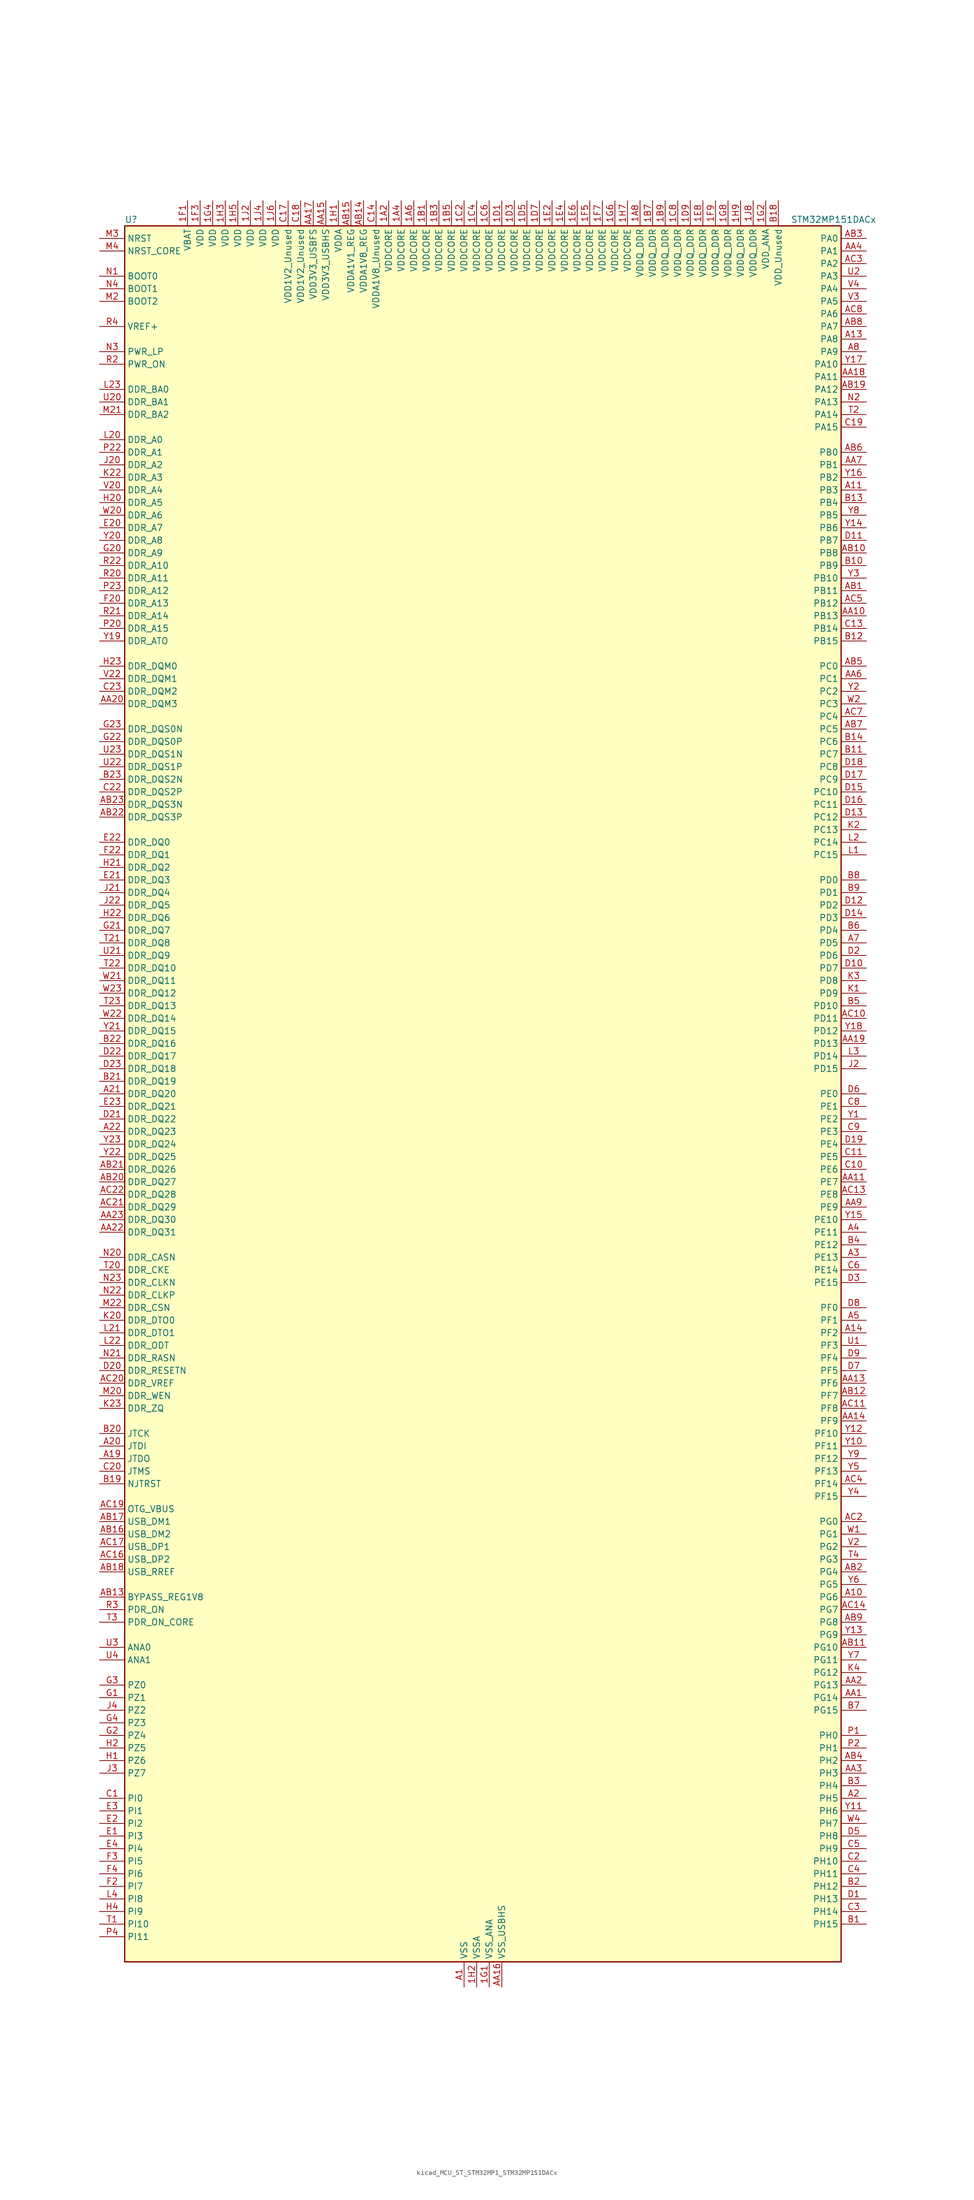
<source format=kicad_sym>
(kicad_symbol_lib
  (version 20220914)
  (generator kicad_symbol_editor)
  (symbol "kicad_MCU_ST_STM32MP1_STM32MP151DACx"
    (property "Reference" "U"
      (at -71.12 176.53 0)
      (effects (font (size 1.27 1.27)) (justify left)))
    (property "Value" "STM32MP151DACx"
      (at 63.5 176.53 0)
      (effects (font (size 1.27 1.27)) (justify left)))
    (property "ki_locked" ""
      (at 0 0 0)
      (effects (font (size 1.27 1.27))))
    (symbol "kicad_MCU_ST_STM32MP1_STM32MP151DACx_0_1"
      (rectangle (start -71.12 -175.26) (end 73.66 175.26) (stroke (width 0.254) (type default)) (fill (type background))))
    (symbol "kicad_MCU_ST_STM32MP1_STM32MP151DACx_1_1"
      (pin power_in line (at -17.78 180.34 270) (length 5.08) (name "VDDCORE" (effects (font (size 1.27 1.27)))) (number "1A2" (effects (font (size 1.27 1.27)))))
      (pin passive line (at -2.54 -180.34 90) (length 5.08) hide (name "VSS" (effects (font (size 1.27 1.27)))) (number "1A3" (effects (font (size 1.27 1.27)))))
      (pin power_in line (at -15.24 180.34 270) (length 5.08) (name "VDDCORE" (effects (font (size 1.27 1.27)))) (number "1A4" (effects (font (size 1.27 1.27)))))
      (pin passive line (at -2.54 -180.34 90) (length 5.08) hide (name "VSS" (effects (font (size 1.27 1.27)))) (number "1A5" (effects (font (size 1.27 1.27)))))
      (pin power_in line (at -12.7 180.34 270) (length 5.08) (name "VDDCORE" (effects (font (size 1.27 1.27)))) (number "1A6" (effects (font (size 1.27 1.27)))))
      (pin passive line (at -2.54 -180.34 90) (length 5.08) hide (name "VSS" (effects (font (size 1.27 1.27)))) (number "1A7" (effects (font (size 1.27 1.27)))))
      (pin power_in line (at 33.02 180.34 270) (length 5.08) (name "VDDQ_DDR" (effects (font (size 1.27 1.27)))) (number "1A8" (effects (font (size 1.27 1.27)))))
      (pin power_in line (at -10.16 180.34 270) (length 5.08) (name "VDDCORE" (effects (font (size 1.27 1.27)))) (number "1B1" (effects (font (size 1.27 1.27)))))
      (pin passive line (at -2.54 -180.34 90) (length 5.08) hide (name "VSS" (effects (font (size 1.27 1.27)))) (number "1B2" (effects (font (size 1.27 1.27)))))
      (pin power_in line (at -7.62 180.34 270) (length 5.08) (name "VDDCORE" (effects (font (size 1.27 1.27)))) (number "1B3" (effects (font (size 1.27 1.27)))))
      (pin passive line (at -2.54 -180.34 90) (length 5.08) hide (name "VSS" (effects (font (size 1.27 1.27)))) (number "1B4" (effects (font (size 1.27 1.27)))))
      (pin power_in line (at -5.08 180.34 270) (length 5.08) (name "VDDCORE" (effects (font (size 1.27 1.27)))) (number "1B5" (effects (font (size 1.27 1.27)))))
      (pin passive line (at -2.54 -180.34 90) (length 5.08) hide (name "VSS" (effects (font (size 1.27 1.27)))) (number "1B6" (effects (font (size 1.27 1.27)))))
      (pin power_in line (at 35.56 180.34 270) (length 5.08) (name "VDDQ_DDR" (effects (font (size 1.27 1.27)))) (number "1B7" (effects (font (size 1.27 1.27)))))
      (pin passive line (at -2.54 -180.34 90) (length 5.08) hide (name "VSS" (effects (font (size 1.27 1.27)))) (number "1B8" (effects (font (size 1.27 1.27)))))
      (pin power_in line (at 38.1 180.34 270) (length 5.08) (name "VDDQ_DDR" (effects (font (size 1.27 1.27)))) (number "1B9" (effects (font (size 1.27 1.27)))))
      (pin passive line (at -2.54 -180.34 90) (length 5.08) hide (name "VSS" (effects (font (size 1.27 1.27)))) (number "1C1" (effects (font (size 1.27 1.27)))))
      (pin power_in line (at -2.54 180.34 270) (length 5.08) (name "VDDCORE" (effects (font (size 1.27 1.27)))) (number "1C2" (effects (font (size 1.27 1.27)))))
      (pin passive line (at -2.54 -180.34 90) (length 5.08) hide (name "VSS" (effects (font (size 1.27 1.27)))) (number "1C3" (effects (font (size 1.27 1.27)))))
      (pin power_in line (at 0 180.34 270) (length 5.08) (name "VDDCORE" (effects (font (size 1.27 1.27)))) (number "1C4" (effects (font (size 1.27 1.27)))))
      (pin passive line (at -2.54 -180.34 90) (length 5.08) hide (name "VSS" (effects (font (size 1.27 1.27)))) (number "1C5" (effects (font (size 1.27 1.27)))))
      (pin power_in line (at 2.54 180.34 270) (length 5.08) (name "VDDCORE" (effects (font (size 1.27 1.27)))) (number "1C6" (effects (font (size 1.27 1.27)))))
      (pin passive line (at -2.54 -180.34 90) (length 5.08) hide (name "VSS" (effects (font (size 1.27 1.27)))) (number "1C7" (effects (font (size 1.27 1.27)))))
      (pin power_in line (at 40.64 180.34 270) (length 5.08) (name "VDDQ_DDR" (effects (font (size 1.27 1.27)))) (number "1C8" (effects (font (size 1.27 1.27)))))
      (pin passive line (at -2.54 -180.34 90) (length 5.08) hide (name "VSS" (effects (font (size 1.27 1.27)))) (number "1C9" (effects (font (size 1.27 1.27)))))
      (pin power_in line (at 5.08 180.34 270) (length 5.08) (name "VDDCORE" (effects (font (size 1.27 1.27)))) (number "1D1" (effects (font (size 1.27 1.27)))))
      (pin passive line (at -2.54 -180.34 90) (length 5.08) hide (name "VSS" (effects (font (size 1.27 1.27)))) (number "1D2" (effects (font (size 1.27 1.27)))))
      (pin power_in line (at 7.62 180.34 270) (length 5.08) (name "VDDCORE" (effects (font (size 1.27 1.27)))) (number "1D3" (effects (font (size 1.27 1.27)))))
      (pin passive line (at -2.54 -180.34 90) (length 5.08) hide (name "VSS" (effects (font (size 1.27 1.27)))) (number "1D4" (effects (font (size 1.27 1.27)))))
      (pin power_in line (at 10.16 180.34 270) (length 5.08) (name "VDDCORE" (effects (font (size 1.27 1.27)))) (number "1D5" (effects (font (size 1.27 1.27)))))
      (pin passive line (at -2.54 -180.34 90) (length 5.08) hide (name "VSS" (effects (font (size 1.27 1.27)))) (number "1D6" (effects (font (size 1.27 1.27)))))
      (pin power_in line (at 12.7 180.34 270) (length 5.08) (name "VDDCORE" (effects (font (size 1.27 1.27)))) (number "1D7" (effects (font (size 1.27 1.27)))))
      (pin passive line (at -2.54 -180.34 90) (length 5.08) hide (name "VSS" (effects (font (size 1.27 1.27)))) (number "1D8" (effects (font (size 1.27 1.27)))))
      (pin power_in line (at 43.18 180.34 270) (length 5.08) (name "VDDQ_DDR" (effects (font (size 1.27 1.27)))) (number "1D9" (effects (font (size 1.27 1.27)))))
      (pin passive line (at -2.54 -180.34 90) (length 5.08) hide (name "VSS" (effects (font (size 1.27 1.27)))) (number "1E1" (effects (font (size 1.27 1.27)))))
      (pin power_in line (at 15.24 180.34 270) (length 5.08) (name "VDDCORE" (effects (font (size 1.27 1.27)))) (number "1E2" (effects (font (size 1.27 1.27)))))
      (pin passive line (at -2.54 -180.34 90) (length 5.08) hide (name "VSS" (effects (font (size 1.27 1.27)))) (number "1E3" (effects (font (size 1.27 1.27)))))
      (pin power_in line (at 17.78 180.34 270) (length 5.08) (name "VDDCORE" (effects (font (size 1.27 1.27)))) (number "1E4" (effects (font (size 1.27 1.27)))))
      (pin passive line (at -2.54 -180.34 90) (length 5.08) hide (name "VSS" (effects (font (size 1.27 1.27)))) (number "1E5" (effects (font (size 1.27 1.27)))))
      (pin power_in line (at 20.32 180.34 270) (length 5.08) (name "VDDCORE" (effects (font (size 1.27 1.27)))) (number "1E6" (effects (font (size 1.27 1.27)))))
      (pin passive line (at -2.54 -180.34 90) (length 5.08) hide (name "VSS" (effects (font (size 1.27 1.27)))) (number "1E7" (effects (font (size 1.27 1.27)))))
      (pin power_in line (at 45.72 180.34 270) (length 5.08) (name "VDDQ_DDR" (effects (font (size 1.27 1.27)))) (number "1E8" (effects (font (size 1.27 1.27)))))
      (pin passive line (at -2.54 -180.34 90) (length 5.08) hide (name "VSS" (effects (font (size 1.27 1.27)))) (number "1E9" (effects (font (size 1.27 1.27)))))
      (pin power_in line (at -58.42 180.34 270) (length 5.08) (name "VBAT" (effects (font (size 1.27 1.27)))) (number "1F1" (effects (font (size 1.27 1.27)))))
      (pin passive line (at -2.54 -180.34 90) (length 5.08) hide (name "VSS" (effects (font (size 1.27 1.27)))) (number "1F2" (effects (font (size 1.27 1.27)))))
      (pin power_in line (at -55.88 180.34 270) (length 5.08) (name "VDD" (effects (font (size 1.27 1.27)))) (number "1F3" (effects (font (size 1.27 1.27)))))
      (pin passive line (at -2.54 -180.34 90) (length 5.08) hide (name "VSS" (effects (font (size 1.27 1.27)))) (number "1F4" (effects (font (size 1.27 1.27)))))
      (pin power_in line (at 22.86 180.34 270) (length 5.08) (name "VDDCORE" (effects (font (size 1.27 1.27)))) (number "1F5" (effects (font (size 1.27 1.27)))))
      (pin passive line (at -2.54 -180.34 90) (length 5.08) hide (name "VSS" (effects (font (size 1.27 1.27)))) (number "1F6" (effects (font (size 1.27 1.27)))))
      (pin power_in line (at 25.4 180.34 270) (length 5.08) (name "VDDCORE" (effects (font (size 1.27 1.27)))) (number "1F7" (effects (font (size 1.27 1.27)))))
      (pin passive line (at -2.54 -180.34 90) (length 5.08) hide (name "VSS" (effects (font (size 1.27 1.27)))) (number "1F8" (effects (font (size 1.27 1.27)))))
      (pin power_in line (at 48.26 180.34 270) (length 5.08) (name "VDDQ_DDR" (effects (font (size 1.27 1.27)))) (number "1F9" (effects (font (size 1.27 1.27)))))
      (pin power_in line (at 2.54 -180.34 90) (length 5.08) (name "VSS_ANA" (effects (font (size 1.27 1.27)))) (number "1G1" (effects (font (size 1.27 1.27)))))
      (pin power_in line (at 58.42 180.34 270) (length 5.08) (name "VDD_ANA" (effects (font (size 1.27 1.27)))) (number "1G2" (effects (font (size 1.27 1.27)))))
      (pin passive line (at -2.54 -180.34 90) (length 5.08) hide (name "VSS" (effects (font (size 1.27 1.27)))) (number "1G3" (effects (font (size 1.27 1.27)))))
      (pin power_in line (at -53.34 180.34 270) (length 5.08) (name "VDD" (effects (font (size 1.27 1.27)))) (number "1G4" (effects (font (size 1.27 1.27)))))
      (pin passive line (at -2.54 -180.34 90) (length 5.08) hide (name "VSS" (effects (font (size 1.27 1.27)))) (number "1G5" (effects (font (size 1.27 1.27)))))
      (pin power_in line (at 27.94 180.34 270) (length 5.08) (name "VDDCORE" (effects (font (size 1.27 1.27)))) (number "1G6" (effects (font (size 1.27 1.27)))))
      (pin passive line (at -2.54 -180.34 90) (length 5.08) hide (name "VSS" (effects (font (size 1.27 1.27)))) (number "1G7" (effects (font (size 1.27 1.27)))))
      (pin power_in line (at 50.8 180.34 270) (length 5.08) (name "VDDQ_DDR" (effects (font (size 1.27 1.27)))) (number "1G8" (effects (font (size 1.27 1.27)))))
      (pin passive line (at -2.54 -180.34 90) (length 5.08) hide (name "VSS" (effects (font (size 1.27 1.27)))) (number "1G9" (effects (font (size 1.27 1.27)))))
      (pin power_in line (at -27.94 180.34 270) (length 5.08) (name "VDDA" (effects (font (size 1.27 1.27)))) (number "1H1" (effects (font (size 1.27 1.27)))))
      (pin power_in line (at 0 -180.34 90) (length 5.08) (name "VSSA" (effects (font (size 1.27 1.27)))) (number "1H2" (effects (font (size 1.27 1.27)))))
      (pin power_in line (at -50.8 180.34 270) (length 5.08) (name "VDD" (effects (font (size 1.27 1.27)))) (number "1H3" (effects (font (size 1.27 1.27)))))
      (pin passive line (at -2.54 -180.34 90) (length 5.08) hide (name "VSS" (effects (font (size 1.27 1.27)))) (number "1H4" (effects (font (size 1.27 1.27)))))
      (pin power_in line (at -48.26 180.34 270) (length 5.08) (name "VDD" (effects (font (size 1.27 1.27)))) (number "1H5" (effects (font (size 1.27 1.27)))))
      (pin passive line (at -2.54 -180.34 90) (length 5.08) hide (name "VSS" (effects (font (size 1.27 1.27)))) (number "1H6" (effects (font (size 1.27 1.27)))))
      (pin power_in line (at 30.48 180.34 270) (length 5.08) (name "VDDCORE" (effects (font (size 1.27 1.27)))) (number "1H7" (effects (font (size 1.27 1.27)))))
      (pin passive line (at -2.54 -180.34 90) (length 5.08) hide (name "VSS" (effects (font (size 1.27 1.27)))) (number "1H8" (effects (font (size 1.27 1.27)))))
      (pin power_in line (at 53.34 180.34 270) (length 5.08) (name "VDDQ_DDR" (effects (font (size 1.27 1.27)))) (number "1H9" (effects (font (size 1.27 1.27)))))
      (pin power_in line (at -45.72 180.34 270) (length 5.08) (name "VDD" (effects (font (size 1.27 1.27)))) (number "1J2" (effects (font (size 1.27 1.27)))))
      (pin passive line (at -2.54 -180.34 90) (length 5.08) hide (name "VSS" (effects (font (size 1.27 1.27)))) (number "1J3" (effects (font (size 1.27 1.27)))))
      (pin power_in line (at -43.18 180.34 270) (length 5.08) (name "VDD" (effects (font (size 1.27 1.27)))) (number "1J4" (effects (font (size 1.27 1.27)))))
      (pin passive line (at -2.54 -180.34 90) (length 5.08) hide (name "VSS" (effects (font (size 1.27 1.27)))) (number "1J5" (effects (font (size 1.27 1.27)))))
      (pin power_in line (at -40.64 180.34 270) (length 5.08) (name "VDD" (effects (font (size 1.27 1.27)))) (number "1J6" (effects (font (size 1.27 1.27)))))
      (pin passive line (at -2.54 -180.34 90) (length 5.08) hide (name "VSS" (effects (font (size 1.27 1.27)))) (number "1J7" (effects (font (size 1.27 1.27)))))
      (pin power_in line (at 55.88 180.34 270) (length 5.08) (name "VDDQ_DDR" (effects (font (size 1.27 1.27)))) (number "1J8" (effects (font (size 1.27 1.27)))))
      (pin power_in line (at -2.54 -180.34 90) (length 5.08) (name "VSS" (effects (font (size 1.27 1.27)))) (number "A1" (effects (font (size 1.27 1.27)))))
      (pin bidirectional line (at 78.74 -101.6 180) (length 5.08) (name "PG6" (effects (font (size 1.27 1.27)))) (number "A10" (effects (font (size 1.27 1.27)))) (alternate "DCMI_D12" bidirectional line) (alternate "DEBUG_TRACED14" bidirectional line) (alternate "LTDC_R7" bidirectional line) (alternate "SDMMC2_CMD" bidirectional line) (alternate "TIM17_BKIN" bidirectional line))
      (pin bidirectional line (at 78.74 121.92 180) (length 5.08) (name "PB3" (effects (font (size 1.27 1.27)))) (number "A11" (effects (font (size 1.27 1.27)))) (alternate "DEBUG_TRACED9" bidirectional line) (alternate "I2S1_CK" bidirectional line) (alternate "I2S3_CK" bidirectional line) (alternate "SAI4_CK1" bidirectional line) (alternate "SAI4_MCLK_A" bidirectional line) (alternate "SDMMC2_D2" bidirectional line) (alternate "SPI1_SCK" bidirectional line) (alternate "SPI3_SCK" bidirectional line) (alternate "SPI6_SCK" bidirectional line) (alternate "TIM2_CH2" bidirectional line) (alternate "UART7_RX" bidirectional line))
      (pin bidirectional line (at 78.74 152.4 180) (length 5.08) (name "PA8" (effects (font (size 1.27 1.27)))) (number "A13" (effects (font (size 1.27 1.27)))) (alternate "I2C3_SCL" bidirectional line) (alternate "I2S3_SDO" bidirectional line) (alternate "LTDC_R6" bidirectional line) (alternate "RCC_MCO_1" bidirectional line) (alternate "SAI4_SD_B" bidirectional line) (alternate "SDMMC2_CKIN" bidirectional line) (alternate "SDMMC2_D4" bidirectional line) (alternate "SPI3_MOSI" bidirectional line) (alternate "TIM1_CH1" bidirectional line) (alternate "TIM8_BKIN2" bidirectional line) (alternate "UART7_RX" bidirectional line) (alternate "USART1_CK" bidirectional line) (alternate "USB_OTG_HS_SOF" bidirectional line))
      (pin bidirectional line (at 78.74 -48.26 180) (length 5.08) (name "PF2" (effects (font (size 1.27 1.27)))) (number "A14" (effects (font (size 1.27 1.27)))) (alternate "FMC_A2" bidirectional line) (alternate "I2C2_SMBA" bidirectional line) (alternate "SDMMC1_D0DIR" bidirectional line) (alternate "SDMMC2_D0DIR" bidirectional line) (alternate "SDMMC3_D0DIR" bidirectional line))
      (pin no_connect line (at -71.12 -175.26 0) (length 5.08) hide (name "DNU" (effects (font (size 1.27 1.27)))) (number "A16" (effects (font (size 1.27 1.27)))))
      (pin no_connect line (at -71.12 -172.72 0) (length 5.08) hide (name "DNU" (effects (font (size 1.27 1.27)))) (number "A17" (effects (font (size 1.27 1.27)))))
      (pin bidirectional line (at -76.2 -73.66 0) (length 5.08) (name "JTDO" (effects (font (size 1.27 1.27)))) (number "A19" (effects (font (size 1.27 1.27)))) (alternate "DEBUG_JTDO-SWO" bidirectional line))
      (pin bidirectional line (at 78.74 -142.24 180) (length 5.08) (name "PH5" (effects (font (size 1.27 1.27)))) (number "A2" (effects (font (size 1.27 1.27)))) (alternate "I2C2_SDA" bidirectional line) (alternate "SAI4_SD_B" bidirectional line) (alternate "SPI5_NSS" bidirectional line))
      (pin bidirectional line (at -76.2 -71.12 0) (length 5.08) (name "JTDI" (effects (font (size 1.27 1.27)))) (number "A20" (effects (font (size 1.27 1.27)))) (alternate "DEBUG_JTDI" bidirectional line))
      (pin bidirectional line (at -76.2 0 0) (length 5.08) (name "DDR_DQ20" (effects (font (size 1.27 1.27)))) (number "A21" (effects (font (size 1.27 1.27)))) (alternate "DDR_DQ20" bidirectional line))
      (pin bidirectional line (at -76.2 -7.62 0) (length 5.08) (name "DDR_DQ23" (effects (font (size 1.27 1.27)))) (number "A22" (effects (font (size 1.27 1.27)))) (alternate "DDR_DQ23" bidirectional line))
      (pin passive line (at -2.54 -180.34 90) (length 5.08) hide (name "VSS" (effects (font (size 1.27 1.27)))) (number "A23" (effects (font (size 1.27 1.27)))))
      (pin bidirectional line (at 78.74 -33.02 180) (length 5.08) (name "PE13" (effects (font (size 1.27 1.27)))) (number "A3" (effects (font (size 1.27 1.27)))) (alternate "DCMI_D6" bidirectional line) (alternate "DFSDM1_CKIN5" bidirectional line) (alternate "FMC_D10" bidirectional line) (alternate "FMC_DA10" bidirectional line) (alternate "HDP_HDP2" bidirectional line) (alternate "LTDC_DE" bidirectional line) (alternate "SAI2_FS_B" bidirectional line) (alternate "SPI4_MISO" bidirectional line) (alternate "TIM1_CH3" bidirectional line))
      (pin bidirectional line (at 78.74 -27.94 180) (length 5.08) (name "PE11" (effects (font (size 1.27 1.27)))) (number "A4" (effects (font (size 1.27 1.27)))) (alternate "ADC1_EXTI11" bidirectional line) (alternate "ADC2_EXTI11" bidirectional line) (alternate "DCMI_D4" bidirectional line) (alternate "DFSDM1_CKIN4" bidirectional line) (alternate "FMC_D8" bidirectional line) (alternate "FMC_DA8" bidirectional line) (alternate "LTDC_G3" bidirectional line) (alternate "SAI2_SD_B" bidirectional line) (alternate "SPI4_NSS" bidirectional line) (alternate "TIM1_CH2" bidirectional line) (alternate "USART6_CK" bidirectional line))
      (pin bidirectional line (at 78.74 -45.72 180) (length 5.08) (name "PF1" (effects (font (size 1.27 1.27)))) (number "A5" (effects (font (size 1.27 1.27)))) (alternate "FMC_A1" bidirectional line) (alternate "I2C2_SCL" bidirectional line) (alternate "SDMMC3_CDIR" bidirectional line) (alternate "SDMMC3_CMD" bidirectional line))
      (pin bidirectional line (at 78.74 30.48 180) (length 5.08) (name "PD5" (effects (font (size 1.27 1.27)))) (number "A7" (effects (font (size 1.27 1.27)))) (alternate "FMC_NWE" bidirectional line) (alternate "SDMMC3_D2" bidirectional line) (alternate "USART2_TX" bidirectional line))
      (pin bidirectional line (at 78.74 149.86 180) (length 5.08) (name "PA9" (effects (font (size 1.27 1.27)))) (number "A8" (effects (font (size 1.27 1.27)))) (alternate "DAC1_EXTI9" bidirectional line) (alternate "DCMI_D0" bidirectional line) (alternate "I2C3_SMBA" bidirectional line) (alternate "I2S2_CK" bidirectional line) (alternate "LTDC_R5" bidirectional line) (alternate "SDMMC2_CDIR" bidirectional line) (alternate "SDMMC2_D5" bidirectional line) (alternate "SPI2_SCK" bidirectional line) (alternate "TIM1_CH2" bidirectional line) (alternate "USART1_TX" bidirectional line))
      (pin bidirectional line (at 78.74 -121.92 180) (length 5.08) (name "PG14" (effects (font (size 1.27 1.27)))) (number "AA1" (effects (font (size 1.27 1.27)))) (alternate "DEBUG_TRACED1" bidirectional line) (alternate "ETH1_TXD1" bidirectional line) (alternate "FMC_A25" bidirectional line) (alternate "LPTIM1_ETR" bidirectional line) (alternate "LTDC_B0" bidirectional line) (alternate "QUADSPI_BK2_IO3" bidirectional line) (alternate "SAI4_D1" bidirectional line) (alternate "SAI4_SD_A" bidirectional line) (alternate "SPI6_MOSI" bidirectional line) (alternate "USART6_TX" bidirectional line))
      (pin bidirectional line (at 78.74 96.52 180) (length 5.08) (name "PB13" (effects (font (size 1.27 1.27)))) (number "AA10" (effects (font (size 1.27 1.27)))) (alternate "DFSDM1_CKIN1" bidirectional line) (alternate "DFSDM1_CKOUT" bidirectional line) (alternate "ETH1_TXD1" bidirectional line) (alternate "I2S2_CK" bidirectional line) (alternate "LPTIM2_OUT" bidirectional line) (alternate "SPI2_SCK" bidirectional line) (alternate "TIM1_CH1N" bidirectional line) (alternate "UART5_TX" bidirectional line) (alternate "USART3_CTS" bidirectional line) (alternate "USART3_NSS" bidirectional line))
      (pin bidirectional line (at 78.74 -17.78 180) (length 5.08) (name "PE7" (effects (font (size 1.27 1.27)))) (number "AA11" (effects (font (size 1.27 1.27)))) (alternate "DFSDM1_DATIN2" bidirectional line) (alternate "FMC_D4" bidirectional line) (alternate "FMC_DA4" bidirectional line) (alternate "QUADSPI_BK2_IO0" bidirectional line) (alternate "TIM1_ETR" bidirectional line) (alternate "TIM3_ETR" bidirectional line) (alternate "UART7_RX" bidirectional line))
      (pin passive line (at -2.54 -180.34 90) (length 5.08) hide (name "VSS" (effects (font (size 1.27 1.27)))) (number "AA12" (effects (font (size 1.27 1.27)))))
      (pin bidirectional line (at 78.74 -58.42 180) (length 5.08) (name "PF6" (effects (font (size 1.27 1.27)))) (number "AA13" (effects (font (size 1.27 1.27)))) (alternate "QUADSPI_BK1_IO3" bidirectional line) (alternate "SAI1_SD_B" bidirectional line) (alternate "SAI4_SCK_B" bidirectional line) (alternate "SPI5_NSS" bidirectional line) (alternate "TIM16_CH1" bidirectional line) (alternate "UART7_RX" bidirectional line))
      (pin bidirectional line (at 78.74 -66.04 180) (length 5.08) (name "PF9" (effects (font (size 1.27 1.27)))) (number "AA14" (effects (font (size 1.27 1.27)))) (alternate "DAC1_EXTI9" bidirectional line) (alternate "DEBUG_TRACED13" bidirectional line) (alternate "QUADSPI_BK1_IO1" bidirectional line) (alternate "SAI1_FS_B" bidirectional line) (alternate "SPI5_MOSI" bidirectional line) (alternate "TIM14_CH1" bidirectional line) (alternate "TIM17_CH1N" bidirectional line) (alternate "UART7_CTS" bidirectional line))
      (pin power_in line (at -30.48 180.34 270) (length 5.08) (name "VDD3V3_USBHS" (effects (font (size 1.27 1.27)))) (number "AA15" (effects (font (size 1.27 1.27)))))
      (pin power_in line (at 5.08 -180.34 90) (length 5.08) (name "VSS_USBHS" (effects (font (size 1.27 1.27)))) (number "AA16" (effects (font (size 1.27 1.27)))))
      (pin power_in line (at -33.02 180.34 270) (length 5.08) (name "VDD3V3_USBFS" (effects (font (size 1.27 1.27)))) (number "AA17" (effects (font (size 1.27 1.27)))))
      (pin bidirectional line (at 78.74 144.78 180) (length 5.08) (name "PA11" (effects (font (size 1.27 1.27)))) (number "AA18" (effects (font (size 1.27 1.27)))) (alternate "ADC1_EXTI11" bidirectional line) (alternate "ADC2_EXTI11" bidirectional line) (alternate "I2C5_SCL" bidirectional line) (alternate "I2C6_SCL" bidirectional line) (alternate "I2S2_WS" bidirectional line) (alternate "LTDC_R4" bidirectional line) (alternate "SPI2_NSS" bidirectional line) (alternate "TIM1_CH4" bidirectional line) (alternate "UART4_RX" bidirectional line) (alternate "USART1_CTS" bidirectional line) (alternate "USART1_NSS" bidirectional line))
      (pin bidirectional line (at 78.74 10.16 180) (length 5.08) (name "PD13" (effects (font (size 1.27 1.27)))) (number "AA19" (effects (font (size 1.27 1.27)))) (alternate "FMC_A18" bidirectional line) (alternate "I2C1_SDA" bidirectional line) (alternate "I2C4_SDA" bidirectional line) (alternate "I2S3_MCK" bidirectional line) (alternate "LPTIM1_OUT" bidirectional line) (alternate "QUADSPI_BK1_IO3" bidirectional line) (alternate "SAI2_SCK_A" bidirectional line) (alternate "TIM4_CH2" bidirectional line))
      (pin bidirectional line (at 78.74 -119.38 180) (length 5.08) (name "PG13" (effects (font (size 1.27 1.27)))) (number "AA2" (effects (font (size 1.27 1.27)))) (alternate "DEBUG_TRACED0" bidirectional line) (alternate "ETH1_TXD0" bidirectional line) (alternate "FMC_A24" bidirectional line) (alternate "LPTIM1_OUT" bidirectional line) (alternate "LTDC_R0" bidirectional line) (alternate "SAI1_CK2" bidirectional line) (alternate "SAI1_SCK_A" bidirectional line) (alternate "SAI4_CK1" bidirectional line) (alternate "SAI4_MCLK_A" bidirectional line) (alternate "SPI6_SCK" bidirectional line) (alternate "USART6_CTS" bidirectional line) (alternate "USART6_NSS" bidirectional line))
      (pin bidirectional line (at -76.2 78.74 0) (length 5.08) (name "DDR_DQM3" (effects (font (size 1.27 1.27)))) (number "AA20" (effects (font (size 1.27 1.27)))) (alternate "DDR_DQM3" bidirectional line))
      (pin passive line (at -2.54 -180.34 90) (length 5.08) hide (name "VSS" (effects (font (size 1.27 1.27)))) (number "AA21" (effects (font (size 1.27 1.27)))))
      (pin bidirectional line (at -76.2 -27.94 0) (length 5.08) (name "DDR_DQ31" (effects (font (size 1.27 1.27)))) (number "AA22" (effects (font (size 1.27 1.27)))) (alternate "DDR_DQ31" bidirectional line))
      (pin bidirectional line (at -76.2 -25.4 0) (length 5.08) (name "DDR_DQ30" (effects (font (size 1.27 1.27)))) (number "AA23" (effects (font (size 1.27 1.27)))) (alternate "DDR_DQ30" bidirectional line))
      (pin bidirectional line (at 78.74 -137.16 180) (length 5.08) (name "PH3" (effects (font (size 1.27 1.27)))) (number "AA3" (effects (font (size 1.27 1.27)))) (alternate "DFSDM1_CKIN4" bidirectional line) (alternate "ETH1_COL" bidirectional line) (alternate "LTDC_R1" bidirectional line) (alternate "QUADSPI_BK2_IO1" bidirectional line) (alternate "SAI2_MCLK_B" bidirectional line))
      (pin bidirectional line (at 78.74 170.18 180) (length 5.08) (name "PA1" (effects (font (size 1.27 1.27)))) (number "AA4" (effects (font (size 1.27 1.27)))) (alternate "ADC1_INN16" bidirectional line) (alternate "ADC1_INP17" bidirectional line) (alternate "ETH1_CLK" bidirectional line) (alternate "ETH1_REF_CLK" bidirectional line) (alternate "ETH1_RX_CLK" bidirectional line) (alternate "LPTIM3_OUT" bidirectional line) (alternate "LTDC_R2" bidirectional line) (alternate "QUADSPI_BK1_IO3" bidirectional line) (alternate "SAI2_MCLK_B" bidirectional line) (alternate "TIM15_CH1N" bidirectional line) (alternate "TIM2_CH2" bidirectional line) (alternate "TIM5_CH2" bidirectional line) (alternate "UART4_RX" bidirectional line) (alternate "USART2_DE" bidirectional line) (alternate "USART2_RTS" bidirectional line))
      (pin passive line (at -2.54 -180.34 90) (length 5.08) hide (name "VSS" (effects (font (size 1.27 1.27)))) (number "AA5" (effects (font (size 1.27 1.27)))))
      (pin bidirectional line (at 78.74 83.82 180) (length 5.08) (name "PC1" (effects (font (size 1.27 1.27)))) (number "AA6" (effects (font (size 1.27 1.27)))) (alternate "ADC1_INN10" bidirectional line) (alternate "ADC1_INP11" bidirectional line) (alternate "ADC2_INN10" bidirectional line) (alternate "ADC2_INP11" bidirectional line) (alternate "DEBUG_TRACED0" bidirectional line) (alternate "DFSDM1_CKIN4" bidirectional line) (alternate "DFSDM1_DATIN0" bidirectional line) (alternate "ETH1_MDC" bidirectional line) (alternate "I2S2_SDO" bidirectional line) (alternate "PWR_WKUP6" bidirectional line) (alternate "SAI1_D1" bidirectional line) (alternate "SAI1_SD_A" bidirectional line) (alternate "SDMMC2_CK" bidirectional line) (alternate "SPI2_MOSI" bidirectional line) (alternate "TAMP_IN3" bidirectional line))
      (pin bidirectional line (at 78.74 127 180) (length 5.08) (name "PB1" (effects (font (size 1.27 1.27)))) (number "AA7" (effects (font (size 1.27 1.27)))) (alternate "ADC1_INP5" bidirectional line) (alternate "ADC2_INP5" bidirectional line) (alternate "DFSDM1_DATIN1" bidirectional line) (alternate "ETH1_RXD3" bidirectional line) (alternate "LTDC_G0" bidirectional line) (alternate "LTDC_R6" bidirectional line) (alternate "TIM1_CH3N" bidirectional line) (alternate "TIM3_CH4" bidirectional line) (alternate "TIM8_CH3N" bidirectional line))
      (pin passive line (at -2.54 -180.34 90) (length 5.08) hide (name "VSS" (effects (font (size 1.27 1.27)))) (number "AA8" (effects (font (size 1.27 1.27)))))
      (pin bidirectional line (at 78.74 -22.86 180) (length 5.08) (name "PE9" (effects (font (size 1.27 1.27)))) (number "AA9" (effects (font (size 1.27 1.27)))) (alternate "DAC1_EXTI9" bidirectional line) (alternate "DFSDM1_CKOUT" bidirectional line) (alternate "FMC_D6" bidirectional line) (alternate "FMC_DA6" bidirectional line) (alternate "QUADSPI_BK2_IO2" bidirectional line) (alternate "TIM1_CH1" bidirectional line) (alternate "UART7_DE" bidirectional line) (alternate "UART7_RTS" bidirectional line))
      (pin bidirectional line (at 78.74 101.6 180) (length 5.08) (name "PB11" (effects (font (size 1.27 1.27)))) (number "AB1" (effects (font (size 1.27 1.27)))) (alternate "ADC1_EXTI11" bidirectional line) (alternate "ADC2_EXTI11" bidirectional line) (alternate "DFSDM1_CKIN7" bidirectional line) (alternate "ETH1_TX_CTL" bidirectional line) (alternate "ETH1_TX_EN" bidirectional line) (alternate "I2C2_SDA" bidirectional line) (alternate "LPTIM2_ETR" bidirectional line) (alternate "LTDC_G5" bidirectional line) (alternate "TIM2_CH4" bidirectional line) (alternate "USART3_RX" bidirectional line))
      (pin bidirectional line (at 78.74 109.22 180) (length 5.08) (name "PB8" (effects (font (size 1.27 1.27)))) (number "AB10" (effects (font (size 1.27 1.27)))) (alternate "DCMI_D6" bidirectional line) (alternate "DFSDM1_CKIN7" bidirectional line) (alternate "ETH1_TXD3" bidirectional line) (alternate "HDP_HDP6" bidirectional line) (alternate "I2C1_SCL" bidirectional line) (alternate "I2C4_SCL" bidirectional line) (alternate "LTDC_B6" bidirectional line) (alternate "SDMMC1_CKIN" bidirectional line) (alternate "SDMMC1_D4" bidirectional line) (alternate "SDMMC2_CKIN" bidirectional line) (alternate "SDMMC2_D4" bidirectional line) (alternate "TIM16_CH1" bidirectional line) (alternate "TIM4_CH3" bidirectional line) (alternate "UART4_RX" bidirectional line))
      (pin bidirectional line (at 78.74 -111.76 180) (length 5.08) (name "PG10" (effects (font (size 1.27 1.27)))) (number "AB11" (effects (font (size 1.27 1.27)))) (alternate "DCMI_D2" bidirectional line) (alternate "DEBUG_TRACED10" bidirectional line) (alternate "FMC_NE3" bidirectional line) (alternate "LTDC_B2" bidirectional line) (alternate "LTDC_G3" bidirectional line) (alternate "QUADSPI_BK2_IO2" bidirectional line) (alternate "SAI2_SD_B" bidirectional line) (alternate "UART8_CTS" bidirectional line))
      (pin bidirectional line (at 78.74 -60.96 180) (length 5.08) (name "PF7" (effects (font (size 1.27 1.27)))) (number "AB12" (effects (font (size 1.27 1.27)))) (alternate "QUADSPI_BK1_IO2" bidirectional line) (alternate "SAI1_MCLK_B" bidirectional line) (alternate "SPI5_SCK" bidirectional line) (alternate "TIM17_CH1" bidirectional line) (alternate "UART7_TX" bidirectional line))
      (pin bidirectional line (at -76.2 -101.6 0) (length 5.08) (name "BYPASS_REG1V8" (effects (font (size 1.27 1.27)))) (number "AB13" (effects (font (size 1.27 1.27)))))
      (pin power_in line (at -22.86 180.34 270) (length 5.08) (name "VDDA1V8_REG" (effects (font (size 1.27 1.27)))) (number "AB14" (effects (font (size 1.27 1.27)))))
      (pin power_in line (at -25.4 180.34 270) (length 5.08) (name "VDDA1V1_REG" (effects (font (size 1.27 1.27)))) (number "AB15" (effects (font (size 1.27 1.27)))))
      (pin bidirectional line (at -76.2 -88.9 0) (length 5.08) (name "USB_DM2" (effects (font (size 1.27 1.27)))) (number "AB16" (effects (font (size 1.27 1.27)))) (alternate "USBH_HS2_DM" bidirectional line) (alternate "USB_OTG_HS_DM" bidirectional line))
      (pin bidirectional line (at -76.2 -86.36 0) (length 5.08) (name "USB_DM1" (effects (font (size 1.27 1.27)))) (number "AB17" (effects (font (size 1.27 1.27)))) (alternate "USBH_HS1_DM" bidirectional line))
      (pin bidirectional line (at -76.2 -96.52 0) (length 5.08) (name "USB_RREF" (effects (font (size 1.27 1.27)))) (number "AB18" (effects (font (size 1.27 1.27)))))
      (pin bidirectional line (at 78.74 142.24 180) (length 5.08) (name "PA12" (effects (font (size 1.27 1.27)))) (number "AB19" (effects (font (size 1.27 1.27)))) (alternate "I2C5_SDA" bidirectional line) (alternate "I2C6_SDA" bidirectional line) (alternate "LTDC_R5" bidirectional line) (alternate "SAI2_FS_B" bidirectional line) (alternate "TIM1_ETR" bidirectional line) (alternate "UART4_TX" bidirectional line) (alternate "USART1_DE" bidirectional line) (alternate "USART1_RTS" bidirectional line))
      (pin bidirectional line (at 78.74 -96.52 180) (length 5.08) (name "PG4" (effects (font (size 1.27 1.27)))) (number "AB2" (effects (font (size 1.27 1.27)))) (alternate "ETH1_GTX_CLK" bidirectional line) (alternate "FMC_A14" bidirectional line) (alternate "TIM1_BKIN2" bidirectional line))
      (pin bidirectional line (at -76.2 -17.78 0) (length 5.08) (name "DDR_DQ27" (effects (font (size 1.27 1.27)))) (number "AB20" (effects (font (size 1.27 1.27)))) (alternate "DDR_DQ27" bidirectional line))
      (pin bidirectional line (at -76.2 -15.24 0) (length 5.08) (name "DDR_DQ26" (effects (font (size 1.27 1.27)))) (number "AB21" (effects (font (size 1.27 1.27)))) (alternate "DDR_DQ26" bidirectional line))
      (pin bidirectional line (at -76.2 55.88 0) (length 5.08) (name "DDR_DQS3P" (effects (font (size 1.27 1.27)))) (number "AB22" (effects (font (size 1.27 1.27)))) (alternate "DDR_DQS3P" bidirectional line))
      (pin bidirectional line (at -76.2 58.42 0) (length 5.08) (name "DDR_DQS3N" (effects (font (size 1.27 1.27)))) (number "AB23" (effects (font (size 1.27 1.27)))) (alternate "DDR_DQS3N" bidirectional line))
      (pin bidirectional line (at 78.74 172.72 180) (length 5.08) (name "PA0" (effects (font (size 1.27 1.27)))) (number "AB3" (effects (font (size 1.27 1.27)))) (alternate "ADC1_INP16" bidirectional line) (alternate "ETH1_CRS" bidirectional line) (alternate "PWR_WKUP1" bidirectional line) (alternate "SAI2_SD_B" bidirectional line) (alternate "SDMMC2_CMD" bidirectional line) (alternate "TIM15_BKIN" bidirectional line) (alternate "TIM2_CH1" bidirectional line) (alternate "TIM2_ETR" bidirectional line) (alternate "TIM5_CH1" bidirectional line) (alternate "TIM8_ETR" bidirectional line) (alternate "UART4_TX" bidirectional line) (alternate "USART2_CTS" bidirectional line) (alternate "USART2_NSS" bidirectional line))
      (pin bidirectional line (at 78.74 -134.62 180) (length 5.08) (name "PH2" (effects (font (size 1.27 1.27)))) (number "AB4" (effects (font (size 1.27 1.27)))) (alternate "ETH1_CRS" bidirectional line) (alternate "LPTIM1_IN2" bidirectional line) (alternate "LTDC_R0" bidirectional line) (alternate "QUADSPI_BK2_IO0" bidirectional line) (alternate "SAI2_SCK_B" bidirectional line))
      (pin bidirectional line (at 78.74 86.36 180) (length 5.08) (name "PC0" (effects (font (size 1.27 1.27)))) (number "AB5" (effects (font (size 1.27 1.27)))) (alternate "ADC1_INP10" bidirectional line) (alternate "ADC2_INP10" bidirectional line) (alternate "DFSDM1_CKIN0" bidirectional line) (alternate "DFSDM1_DATIN4" bidirectional line) (alternate "LPTIM2_IN2" bidirectional line) (alternate "LTDC_R5" bidirectional line) (alternate "QUADSPI_BK2_NCS" bidirectional line) (alternate "SAI2_FS_B" bidirectional line))
      (pin bidirectional line (at 78.74 129.54 180) (length 5.08) (name "PB0" (effects (font (size 1.27 1.27)))) (number "AB6" (effects (font (size 1.27 1.27)))) (alternate "ADC1_INN5" bidirectional line) (alternate "ADC1_INP9" bidirectional line) (alternate "ADC2_INN5" bidirectional line) (alternate "ADC2_INP9" bidirectional line) (alternate "DFSDM1_CKOUT" bidirectional line) (alternate "ETH1_RXD2" bidirectional line) (alternate "LTDC_G1" bidirectional line) (alternate "LTDC_R3" bidirectional line) (alternate "TIM1_CH2N" bidirectional line) (alternate "TIM3_CH3" bidirectional line) (alternate "TIM8_CH2N" bidirectional line) (alternate "UART4_CTS" bidirectional line))
      (pin bidirectional line (at 78.74 73.66 180) (length 5.08) (name "PC5" (effects (font (size 1.27 1.27)))) (number "AB7" (effects (font (size 1.27 1.27)))) (alternate "ADC1_INN4" bidirectional line) (alternate "ADC1_INP8" bidirectional line) (alternate "ADC2_INN4" bidirectional line) (alternate "ADC2_INP8" bidirectional line) (alternate "DFSDM1_DATIN2" bidirectional line) (alternate "ETH1_RXD1" bidirectional line) (alternate "SAI1_D3" bidirectional line) (alternate "SAI1_D4" bidirectional line) (alternate "SAI4_D3" bidirectional line) (alternate "SAI4_D4" bidirectional line) (alternate "SPDIFRX_IN3" bidirectional line))
      (pin bidirectional line (at 78.74 154.94 180) (length 5.08) (name "PA7" (effects (font (size 1.27 1.27)))) (number "AB8" (effects (font (size 1.27 1.27)))) (alternate "ADC1_INN3" bidirectional line) (alternate "ADC1_INP7" bidirectional line) (alternate "ADC2_INN3" bidirectional line) (alternate "ADC2_INP7" bidirectional line) (alternate "ETH1_CRS_DV" bidirectional line) (alternate "ETH1_RX_CTL" bidirectional line) (alternate "ETH1_RX_DV" bidirectional line) (alternate "I2S1_SDO" bidirectional line) (alternate "QUADSPI_CLK" bidirectional line) (alternate "SAI4_D1" bidirectional line) (alternate "SAI4_SD_A" bidirectional line) (alternate "SPI1_MOSI" bidirectional line) (alternate "SPI6_MOSI" bidirectional line) (alternate "TIM14_CH1" bidirectional line) (alternate "TIM1_CH1N" bidirectional line) (alternate "TIM3_CH2" bidirectional line) (alternate "TIM8_CH1N" bidirectional line))
      (pin bidirectional line (at 78.74 -106.68 180) (length 5.08) (name "PG8" (effects (font (size 1.27 1.27)))) (number "AB9" (effects (font (size 1.27 1.27)))) (alternate "DEBUG_TRACED15" bidirectional line) (alternate "ETH1_CLK" bidirectional line) (alternate "ETH1_PPS_OUT" bidirectional line) (alternate "LTDC_G7" bidirectional line) (alternate "SAI4_D2" bidirectional line) (alternate "SAI4_FS_A" bidirectional line) (alternate "SPDIFRX_IN2" bidirectional line) (alternate "SPI6_NSS" bidirectional line) (alternate "TIM2_CH1" bidirectional line) (alternate "TIM2_ETR" bidirectional line) (alternate "TIM8_ETR" bidirectional line) (alternate "USART3_DE" bidirectional line) (alternate "USART3_RTS" bidirectional line) (alternate "USART6_DE" bidirectional line) (alternate "USART6_RTS" bidirectional line))
      (pin passive line (at -2.54 -180.34 90) (length 5.08) hide (name "VSS" (effects (font (size 1.27 1.27)))) (number "AC1" (effects (font (size 1.27 1.27)))))
      (pin bidirectional line (at 78.74 15.24 180) (length 5.08) (name "PD11" (effects (font (size 1.27 1.27)))) (number "AC10" (effects (font (size 1.27 1.27)))) (alternate "ADC1_EXTI11" bidirectional line) (alternate "ADC2_EXTI11" bidirectional line) (alternate "FMC_A16" bidirectional line) (alternate "FMC_CLE" bidirectional line) (alternate "I2C1_SMBA" bidirectional line) (alternate "I2C4_SMBA" bidirectional line) (alternate "LPTIM2_IN2" bidirectional line) (alternate "QUADSPI_BK1_IO0" bidirectional line) (alternate "SAI2_SD_A" bidirectional line) (alternate "USART3_CTS" bidirectional line) (alternate "USART3_NSS" bidirectional line))
      (pin bidirectional line (at 78.74 -63.5 180) (length 5.08) (name "PF8" (effects (font (size 1.27 1.27)))) (number "AC11" (effects (font (size 1.27 1.27)))) (alternate "DEBUG_TRACED12" bidirectional line) (alternate "QUADSPI_BK1_IO0" bidirectional line) (alternate "SAI1_SCK_B" bidirectional line) (alternate "SPI5_MISO" bidirectional line) (alternate "TIM13_CH1" bidirectional line) (alternate "TIM16_CH1N" bidirectional line) (alternate "UART7_DE" bidirectional line) (alternate "UART7_RTS" bidirectional line))
      (pin bidirectional line (at 78.74 -20.32 180) (length 5.08) (name "PE8" (effects (font (size 1.27 1.27)))) (number "AC13" (effects (font (size 1.27 1.27)))) (alternate "DFSDM1_CKIN2" bidirectional line) (alternate "FMC_D5" bidirectional line) (alternate "FMC_DA5" bidirectional line) (alternate "QUADSPI_BK2_IO1" bidirectional line) (alternate "TIM1_CH1N" bidirectional line) (alternate "UART7_TX" bidirectional line))
      (pin bidirectional line (at 78.74 -104.14 180) (length 5.08) (name "PG7" (effects (font (size 1.27 1.27)))) (number "AC14" (effects (font (size 1.27 1.27)))) (alternate "DCMI_D13" bidirectional line) (alternate "DEBUG_TRACED5" bidirectional line) (alternate "LTDC_CLK" bidirectional line) (alternate "QUADSPI_BK2_IO3" bidirectional line) (alternate "QUADSPI_CLK" bidirectional line) (alternate "SAI1_MCLK_A" bidirectional line) (alternate "UART8_DE" bidirectional line) (alternate "UART8_RTS" bidirectional line) (alternate "USART6_CK" bidirectional line))
      (pin bidirectional line (at -76.2 -93.98 0) (length 5.08) (name "USB_DP2" (effects (font (size 1.27 1.27)))) (number "AC16" (effects (font (size 1.27 1.27)))) (alternate "USBH_HS2_DP" bidirectional line) (alternate "USB_OTG_HS_DP" bidirectional line))
      (pin bidirectional line (at -76.2 -91.44 0) (length 5.08) (name "USB_DP1" (effects (font (size 1.27 1.27)))) (number "AC17" (effects (font (size 1.27 1.27)))) (alternate "USBH_HS1_DP" bidirectional line))
      (pin bidirectional line (at -76.2 -83.82 0) (length 5.08) (name "OTG_VBUS" (effects (font (size 1.27 1.27)))) (number "AC19" (effects (font (size 1.27 1.27)))) (alternate "USB_OTG_HS_VBUS" bidirectional line))
      (pin bidirectional line (at 78.74 -86.36 180) (length 5.08) (name "PG0" (effects (font (size 1.27 1.27)))) (number "AC2" (effects (font (size 1.27 1.27)))) (alternate "DEBUG_TRACED0" bidirectional line) (alternate "DFSDM1_DATIN0" bidirectional line) (alternate "ETH1_TXD4" bidirectional line) (alternate "FMC_A10" bidirectional line))
      (pin bidirectional line (at -76.2 -58.42 0) (length 5.08) (name "DDR_VREF" (effects (font (size 1.27 1.27)))) (number "AC20" (effects (font (size 1.27 1.27)))) (alternate "DDR_VREF" bidirectional line))
      (pin bidirectional line (at -76.2 -22.86 0) (length 5.08) (name "DDR_DQ29" (effects (font (size 1.27 1.27)))) (number "AC21" (effects (font (size 1.27 1.27)))) (alternate "DDR_DQ29" bidirectional line))
      (pin bidirectional line (at -76.2 -20.32 0) (length 5.08) (name "DDR_DQ28" (effects (font (size 1.27 1.27)))) (number "AC22" (effects (font (size 1.27 1.27)))) (alternate "DDR_DQ28" bidirectional line))
      (pin passive line (at -2.54 -180.34 90) (length 5.08) hide (name "VSS" (effects (font (size 1.27 1.27)))) (number "AC23" (effects (font (size 1.27 1.27)))))
      (pin bidirectional line (at 78.74 167.64 180) (length 5.08) (name "PA2" (effects (font (size 1.27 1.27)))) (number "AC3" (effects (font (size 1.27 1.27)))) (alternate "ADC1_INP14" bidirectional line) (alternate "ETH1_MDIO" bidirectional line) (alternate "LPTIM4_OUT" bidirectional line) (alternate "LTDC_R1" bidirectional line) (alternate "PWR_WKUP2" bidirectional line) (alternate "SAI2_SCK_B" bidirectional line) (alternate "SDMMC2_D0DIR" bidirectional line) (alternate "TIM15_CH1" bidirectional line) (alternate "TIM2_CH3" bidirectional line) (alternate "TIM5_CH3" bidirectional line) (alternate "USART2_TX" bidirectional line))
      (pin bidirectional line (at 78.74 -78.74 180) (length 5.08) (name "PF14" (effects (font (size 1.27 1.27)))) (number "AC4" (effects (font (size 1.27 1.27)))) (alternate "ADC2_INN2" bidirectional line) (alternate "ADC2_INP6" bidirectional line) (alternate "DEBUG_TRACED6" bidirectional line) (alternate "DFSDM1_CKIN6" bidirectional line) (alternate "ETH1_RXD6" bidirectional line) (alternate "FMC_A8" bidirectional line) (alternate "I2C1_SCL" bidirectional line) (alternate "I2C4_SCL" bidirectional line))
      (pin bidirectional line (at 78.74 99.06 180) (length 5.08) (name "PB12" (effects (font (size 1.27 1.27)))) (number "AC5" (effects (font (size 1.27 1.27)))) (alternate "DFSDM1_DATIN1" bidirectional line) (alternate "ETH1_TXD0" bidirectional line) (alternate "I2C2_SMBA" bidirectional line) (alternate "I2C6_SMBA" bidirectional line) (alternate "I2S2_WS" bidirectional line) (alternate "SPI2_NSS" bidirectional line) (alternate "TIM1_BKIN" bidirectional line) (alternate "UART5_RX" bidirectional line) (alternate "USART3_CK" bidirectional line) (alternate "USART3_RX" bidirectional line))
      (pin bidirectional line (at 78.74 76.2 180) (length 5.08) (name "PC4" (effects (font (size 1.27 1.27)))) (number "AC7" (effects (font (size 1.27 1.27)))) (alternate "ADC1_INP4" bidirectional line) (alternate "ADC2_INP4" bidirectional line) (alternate "DFSDM1_CKIN2" bidirectional line) (alternate "ETH1_RXD0" bidirectional line) (alternate "I2S1_MCK" bidirectional line) (alternate "SPDIFRX_IN2" bidirectional line))
      (pin bidirectional line (at 78.74 157.48 180) (length 5.08) (name "PA6" (effects (font (size 1.27 1.27)))) (number "AC8" (effects (font (size 1.27 1.27)))) (alternate "ADC1_INP3" bidirectional line) (alternate "ADC2_INP3" bidirectional line) (alternate "DCMI_PIXCLK" bidirectional line) (alternate "I2S1_SDI" bidirectional line) (alternate "LTDC_G2" bidirectional line) (alternate "SAI4_CK2" bidirectional line) (alternate "SAI4_SCK_A" bidirectional line) (alternate "SPI1_MISO" bidirectional line) (alternate "SPI6_MISO" bidirectional line) (alternate "TIM13_CH1" bidirectional line) (alternate "TIM1_BKIN" bidirectional line) (alternate "TIM3_CH1" bidirectional line) (alternate "TIM8_BKIN" bidirectional line))
      (pin bidirectional line (at 78.74 -167.64 180) (length 5.08) (name "PH15" (effects (font (size 1.27 1.27)))) (number "B1" (effects (font (size 1.27 1.27)))) (alternate "ADC1_EXTI15" bidirectional line) (alternate "ADC2_EXTI15" bidirectional line) (alternate "DCMI_D11" bidirectional line) (alternate "LTDC_G4" bidirectional line) (alternate "TIM8_CH3N" bidirectional line))
      (pin bidirectional line (at 78.74 106.68 180) (length 5.08) (name "PB9" (effects (font (size 1.27 1.27)))) (number "B10" (effects (font (size 1.27 1.27)))) (alternate "DAC1_EXTI9" bidirectional line) (alternate "DCMI_D7" bidirectional line) (alternate "DFSDM1_DATIN7" bidirectional line) (alternate "HDP_HDP7" bidirectional line) (alternate "I2C1_SDA" bidirectional line) (alternate "I2C4_SDA" bidirectional line) (alternate "I2S2_WS" bidirectional line) (alternate "LTDC_B7" bidirectional line) (alternate "SDMMC1_CDIR" bidirectional line) (alternate "SDMMC1_D5" bidirectional line) (alternate "SDMMC2_CDIR" bidirectional line) (alternate "SDMMC2_D5" bidirectional line) (alternate "SPI2_NSS" bidirectional line) (alternate "TIM17_CH1" bidirectional line) (alternate "TIM4_CH4" bidirectional line) (alternate "UART4_TX" bidirectional line))
      (pin bidirectional line (at 78.74 68.58 180) (length 5.08) (name "PC7" (effects (font (size 1.27 1.27)))) (number "B11" (effects (font (size 1.27 1.27)))) (alternate "DCMI_D1" bidirectional line) (alternate "DFSDM1_DATIN3" bidirectional line) (alternate "HDP_HDP4" bidirectional line) (alternate "I2S3_MCK" bidirectional line) (alternate "LTDC_G6" bidirectional line) (alternate "SDMMC1_D123DIR" bidirectional line) (alternate "SDMMC1_D7" bidirectional line) (alternate "SDMMC2_D123DIR" bidirectional line) (alternate "SDMMC2_D7" bidirectional line) (alternate "TIM3_CH2" bidirectional line) (alternate "TIM8_CH2" bidirectional line) (alternate "USART6_RX" bidirectional line))
      (pin bidirectional line (at 78.74 91.44 180) (length 5.08) (name "PB15" (effects (font (size 1.27 1.27)))) (number "B12" (effects (font (size 1.27 1.27)))) (alternate "ADC1_EXTI15" bidirectional line) (alternate "ADC2_EXTI15" bidirectional line) (alternate "DFSDM1_CKIN2" bidirectional line) (alternate "I2S2_SDO" bidirectional line) (alternate "RTC_REFIN" bidirectional line) (alternate "SDMMC2_D1" bidirectional line) (alternate "SPI2_MOSI" bidirectional line) (alternate "TIM12_CH2" bidirectional line) (alternate "TIM1_CH3N" bidirectional line) (alternate "TIM8_CH3N" bidirectional line) (alternate "USART1_RX" bidirectional line))
      (pin bidirectional line (at 78.74 119.38 180) (length 5.08) (name "PB4" (effects (font (size 1.27 1.27)))) (number "B13" (effects (font (size 1.27 1.27)))) (alternate "DEBUG_TRACED8" bidirectional line) (alternate "I2S1_SDI" bidirectional line) (alternate "I2S2_WS" bidirectional line) (alternate "I2S3_SDI" bidirectional line) (alternate "SAI4_CK2" bidirectional line) (alternate "SAI4_SCK_A" bidirectional line) (alternate "SDMMC2_D3" bidirectional line) (alternate "SPI1_MISO" bidirectional line) (alternate "SPI2_NSS" bidirectional line) (alternate "SPI3_MISO" bidirectional line) (alternate "SPI6_MISO" bidirectional line) (alternate "TIM16_BKIN" bidirectional line) (alternate "TIM3_CH1" bidirectional line) (alternate "UART7_TX" bidirectional line))
      (pin bidirectional line (at 78.74 71.12 180) (length 5.08) (name "PC6" (effects (font (size 1.27 1.27)))) (number "B14" (effects (font (size 1.27 1.27)))) (alternate "DCMI_D0" bidirectional line) (alternate "DFSDM1_CKIN3" bidirectional line) (alternate "HDP_HDP1" bidirectional line) (alternate "I2S2_MCK" bidirectional line) (alternate "LTDC_HSYNC" bidirectional line) (alternate "SDMMC1_D0DIR" bidirectional line) (alternate "SDMMC1_D6" bidirectional line) (alternate "SDMMC2_D0DIR" bidirectional line) (alternate "SDMMC2_D6" bidirectional line) (alternate "TIM3_CH1" bidirectional line) (alternate "TIM8_CH1" bidirectional line) (alternate "USART6_TX" bidirectional line))
      (pin no_connect line (at -71.12 -170.18 0) (length 5.08) hide (name "DNU" (effects (font (size 1.27 1.27)))) (number "B15" (effects (font (size 1.27 1.27)))))
      (pin no_connect line (at -71.12 -167.64 0) (length 5.08) hide (name "DNU" (effects (font (size 1.27 1.27)))) (number "B16" (effects (font (size 1.27 1.27)))))
      (pin no_connect line (at -71.12 -165.1 0) (length 5.08) hide (name "DNU" (effects (font (size 1.27 1.27)))) (number "B17" (effects (font (size 1.27 1.27)))))
      (pin power_in line (at 60.96 180.34 270) (length 5.08) (name "VDD_Unused" (effects (font (size 1.27 1.27)))) (number "B18" (effects (font (size 1.27 1.27)))))
      (pin bidirectional line (at -76.2 -78.74 0) (length 5.08) (name "NJTRST" (effects (font (size 1.27 1.27)))) (number "B19" (effects (font (size 1.27 1.27)))) (alternate "DEBUG_JTRST" bidirectional line))
      (pin bidirectional line (at 78.74 -160.02 180) (length 5.08) (name "PH12" (effects (font (size 1.27 1.27)))) (number "B2" (effects (font (size 1.27 1.27)))) (alternate "DCMI_D3" bidirectional line) (alternate "HDP_HDP2" bidirectional line) (alternate "I2C1_SDA" bidirectional line) (alternate "I2C4_SDA" bidirectional line) (alternate "LTDC_R6" bidirectional line) (alternate "TIM5_CH3" bidirectional line))
      (pin bidirectional line (at -76.2 -68.58 0) (length 5.08) (name "JTCK" (effects (font (size 1.27 1.27)))) (number "B20" (effects (font (size 1.27 1.27)))) (alternate "DEBUG_JTCK-SWCLK" bidirectional line))
      (pin bidirectional line (at -76.2 2.54 0) (length 5.08) (name "DDR_DQ19" (effects (font (size 1.27 1.27)))) (number "B21" (effects (font (size 1.27 1.27)))) (alternate "DDR_DQ19" bidirectional line))
      (pin bidirectional line (at -76.2 10.16 0) (length 5.08) (name "DDR_DQ16" (effects (font (size 1.27 1.27)))) (number "B22" (effects (font (size 1.27 1.27)))) (alternate "DDR_DQ16" bidirectional line))
      (pin bidirectional line (at -76.2 63.5 0) (length 5.08) (name "DDR_DQS2N" (effects (font (size 1.27 1.27)))) (number "B23" (effects (font (size 1.27 1.27)))) (alternate "DDR_DQS2N" bidirectional line))
      (pin bidirectional line (at 78.74 -139.7 180) (length 5.08) (name "PH4" (effects (font (size 1.27 1.27)))) (number "B3" (effects (font (size 1.27 1.27)))) (alternate "I2C2_SCL" bidirectional line) (alternate "LTDC_G4" bidirectional line) (alternate "LTDC_G5" bidirectional line))
      (pin bidirectional line (at 78.74 -30.48 180) (length 5.08) (name "PE12" (effects (font (size 1.27 1.27)))) (number "B4" (effects (font (size 1.27 1.27)))) (alternate "DFSDM1_DATIN5" bidirectional line) (alternate "FMC_D9" bidirectional line) (alternate "FMC_DA9" bidirectional line) (alternate "LTDC_B4" bidirectional line) (alternate "SAI2_SCK_B" bidirectional line) (alternate "SDMMC1_D0DIR" bidirectional line) (alternate "SPI4_SCK" bidirectional line) (alternate "TIM1_CH3N" bidirectional line))
      (pin bidirectional line (at 78.74 17.78 180) (length 5.08) (name "PD10" (effects (font (size 1.27 1.27)))) (number "B5" (effects (font (size 1.27 1.27)))) (alternate "DFSDM1_CKOUT" bidirectional line) (alternate "FMC_D15" bidirectional line) (alternate "FMC_DA15" bidirectional line) (alternate "I2C5_SMBA" bidirectional line) (alternate "I2S3_SDI" bidirectional line) (alternate "LTDC_B3" bidirectional line) (alternate "RTC_REFIN" bidirectional line) (alternate "SAI3_FS_B" bidirectional line) (alternate "SPI3_MISO" bidirectional line) (alternate "TIM16_BKIN" bidirectional line) (alternate "USART3_CK" bidirectional line))
      (pin bidirectional line (at 78.74 33.02 180) (length 5.08) (name "PD4" (effects (font (size 1.27 1.27)))) (number "B6" (effects (font (size 1.27 1.27)))) (alternate "DFSDM1_CKIN0" bidirectional line) (alternate "FMC_NOE" bidirectional line) (alternate "SAI3_FS_A" bidirectional line) (alternate "SDMMC3_D1" bidirectional line) (alternate "USART2_DE" bidirectional line) (alternate "USART2_RTS" bidirectional line))
      (pin bidirectional line (at 78.74 -124.46 180) (length 5.08) (name "PG15" (effects (font (size 1.27 1.27)))) (number "B7" (effects (font (size 1.27 1.27)))) (alternate "ADC1_EXTI15" bidirectional line) (alternate "ADC2_EXTI15" bidirectional line) (alternate "DCMI_D13" bidirectional line) (alternate "DEBUG_TRACED7" bidirectional line) (alternate "I2C2_SDA" bidirectional line) (alternate "SAI1_D2" bidirectional line) (alternate "SAI1_FS_A" bidirectional line) (alternate "SDMMC3_CK" bidirectional line) (alternate "USART6_CTS" bidirectional line) (alternate "USART6_NSS" bidirectional line))
      (pin bidirectional line (at 78.74 43.18 180) (length 5.08) (name "PD0" (effects (font (size 1.27 1.27)))) (number "B8" (effects (font (size 1.27 1.27)))) (alternate "DFSDM1_CKIN6" bidirectional line) (alternate "DFSDM1_DATIN7" bidirectional line) (alternate "FMC_D2" bidirectional line) (alternate "FMC_DA2" bidirectional line) (alternate "I2C5_SDA" bidirectional line) (alternate "I2C6_SDA" bidirectional line) (alternate "SAI3_SCK_A" bidirectional line) (alternate "SDMMC3_CMD" bidirectional line) (alternate "UART4_RX" bidirectional line))
      (pin bidirectional line (at 78.74 40.64 180) (length 5.08) (name "PD1" (effects (font (size 1.27 1.27)))) (number "B9" (effects (font (size 1.27 1.27)))) (alternate "DFSDM1_CKIN7" bidirectional line) (alternate "DFSDM1_DATIN6" bidirectional line) (alternate "FMC_D3" bidirectional line) (alternate "FMC_DA3" bidirectional line) (alternate "I2C5_SCL" bidirectional line) (alternate "I2C6_SCL" bidirectional line) (alternate "SAI3_SD_A" bidirectional line) (alternate "SDMMC3_D0" bidirectional line) (alternate "UART4_TX" bidirectional line))
      (pin bidirectional line (at -76.2 -142.24 0) (length 5.08) (name "PI0" (effects (font (size 1.27 1.27)))) (number "C1" (effects (font (size 1.27 1.27)))) (alternate "DCMI_D13" bidirectional line) (alternate "I2S2_WS" bidirectional line) (alternate "LTDC_G5" bidirectional line) (alternate "SPI2_NSS" bidirectional line) (alternate "TIM5_CH4" bidirectional line))
      (pin bidirectional line (at 78.74 -15.24 180) (length 5.08) (name "PE6" (effects (font (size 1.27 1.27)))) (number "C10" (effects (font (size 1.27 1.27)))) (alternate "DCMI_D7" bidirectional line) (alternate "DEBUG_TRACED2" bidirectional line) (alternate "FMC_A22" bidirectional line) (alternate "LTDC_G1" bidirectional line) (alternate "SAI1_D1" bidirectional line) (alternate "SAI1_SD_A" bidirectional line) (alternate "SAI2_MCLK_B" bidirectional line) (alternate "SDMMC1_D2" bidirectional line) (alternate "SDMMC2_D0" bidirectional line) (alternate "SPI4_MOSI" bidirectional line) (alternate "TIM15_CH2" bidirectional line) (alternate "TIM1_BKIN2" bidirectional line))
      (pin bidirectional line (at 78.74 -12.7 180) (length 5.08) (name "PE5" (effects (font (size 1.27 1.27)))) (number "C11" (effects (font (size 1.27 1.27)))) (alternate "DCMI_D6" bidirectional line) (alternate "DEBUG_TRACED3" bidirectional line) (alternate "DFSDM1_CKIN3" bidirectional line) (alternate "FMC_A21" bidirectional line) (alternate "LTDC_G0" bidirectional line) (alternate "SAI1_CK2" bidirectional line) (alternate "SAI1_SCK_A" bidirectional line) (alternate "SDMMC1_D0DIR" bidirectional line) (alternate "SDMMC1_D6" bidirectional line) (alternate "SDMMC2_D0DIR" bidirectional line) (alternate "SDMMC2_D6" bidirectional line) (alternate "SPI4_MISO" bidirectional line) (alternate "TIM15_CH1" bidirectional line))
      (pin passive line (at -2.54 -180.34 90) (length 5.08) hide (name "VSS" (effects (font (size 1.27 1.27)))) (number "C12" (effects (font (size 1.27 1.27)))))
      (pin bidirectional line (at 78.74 93.98 180) (length 5.08) (name "PB14" (effects (font (size 1.27 1.27)))) (number "C13" (effects (font (size 1.27 1.27)))) (alternate "DFSDM1_DATIN2" bidirectional line) (alternate "I2S2_SDI" bidirectional line) (alternate "SDMMC2_D0" bidirectional line) (alternate "SPI2_MISO" bidirectional line) (alternate "TIM12_CH1" bidirectional line) (alternate "TIM1_CH2N" bidirectional line) (alternate "TIM8_CH2N" bidirectional line) (alternate "USART1_TX" bidirectional line) (alternate "USART3_DE" bidirectional line) (alternate "USART3_RTS" bidirectional line))
      (pin power_in line (at -20.32 180.34 270) (length 5.08) (name "VDDA1V8_Unused" (effects (font (size 1.27 1.27)))) (number "C14" (effects (font (size 1.27 1.27)))))
      (pin no_connect line (at -71.12 -162.56 0) (length 5.08) hide (name "DNU" (effects (font (size 1.27 1.27)))) (number "C15" (effects (font (size 1.27 1.27)))))
      (pin passive line (at -2.54 -180.34 90) (length 5.08) hide (name "VSS" (effects (font (size 1.27 1.27)))) (number "C16" (effects (font (size 1.27 1.27)))))
      (pin power_in line (at -38.1 180.34 270) (length 5.08) (name "VDD1V2_Unused" (effects (font (size 1.27 1.27)))) (number "C17" (effects (font (size 1.27 1.27)))))
      (pin power_in line (at -35.56 180.34 270) (length 5.08) (name "VDD1V2_Unused" (effects (font (size 1.27 1.27)))) (number "C18" (effects (font (size 1.27 1.27)))))
      (pin bidirectional line (at 78.74 134.62 180) (length 5.08) (name "PA15" (effects (font (size 1.27 1.27)))) (number "C19" (effects (font (size 1.27 1.27)))) (alternate "ADC1_EXTI15" bidirectional line) (alternate "ADC2_EXTI15" bidirectional line) (alternate "CEC" bidirectional line) (alternate "DEBUG_DBTRGI" bidirectional line) (alternate "I2S1_WS" bidirectional line) (alternate "I2S3_WS" bidirectional line) (alternate "LTDC_R1" bidirectional line) (alternate "SAI4_D2" bidirectional line) (alternate "SAI4_FS_A" bidirectional line) (alternate "SDMMC1_CDIR" bidirectional line) (alternate "SDMMC1_D5" bidirectional line) (alternate "SDMMC2_CDIR" bidirectional line) (alternate "SDMMC2_D5" bidirectional line) (alternate "SPI1_NSS" bidirectional line) (alternate "SPI3_NSS" bidirectional line) (alternate "SPI6_NSS" bidirectional line) (alternate "TIM2_CH1" bidirectional line) (alternate "TIM2_ETR" bidirectional line) (alternate "UART4_DE" bidirectional line) (alternate "UART4_RTS" bidirectional line) (alternate "UART7_TX" bidirectional line))
      (pin bidirectional line (at 78.74 -154.94 180) (length 5.08) (name "PH10" (effects (font (size 1.27 1.27)))) (number "C2" (effects (font (size 1.27 1.27)))) (alternate "DCMI_D1" bidirectional line) (alternate "I2C1_SMBA" bidirectional line) (alternate "I2C4_SMBA" bidirectional line) (alternate "LTDC_R4" bidirectional line) (alternate "TIM5_CH1" bidirectional line))
      (pin bidirectional line (at -76.2 -76.2 0) (length 5.08) (name "JTMS" (effects (font (size 1.27 1.27)))) (number "C20" (effects (font (size 1.27 1.27)))) (alternate "DEBUG_JTMS-SWDIO" bidirectional line))
      (pin passive line (at -2.54 -180.34 90) (length 5.08) hide (name "VSS" (effects (font (size 1.27 1.27)))) (number "C21" (effects (font (size 1.27 1.27)))))
      (pin bidirectional line (at -76.2 60.96 0) (length 5.08) (name "DDR_DQS2P" (effects (font (size 1.27 1.27)))) (number "C22" (effects (font (size 1.27 1.27)))) (alternate "DDR_DQS2P" bidirectional line))
      (pin bidirectional line (at -76.2 81.28 0) (length 5.08) (name "DDR_DQM2" (effects (font (size 1.27 1.27)))) (number "C23" (effects (font (size 1.27 1.27)))) (alternate "DDR_DQM2" bidirectional line))
      (pin bidirectional line (at 78.74 -165.1 180) (length 5.08) (name "PH14" (effects (font (size 1.27 1.27)))) (number "C3" (effects (font (size 1.27 1.27)))) (alternate "DCMI_D4" bidirectional line) (alternate "LTDC_G3" bidirectional line) (alternate "TIM8_CH2N" bidirectional line) (alternate "UART4_RX" bidirectional line))
      (pin bidirectional line (at 78.74 -157.48 180) (length 5.08) (name "PH11" (effects (font (size 1.27 1.27)))) (number "C4" (effects (font (size 1.27 1.27)))) (alternate "ADC1_EXTI11" bidirectional line) (alternate "ADC2_EXTI11" bidirectional line) (alternate "DCMI_D2" bidirectional line) (alternate "I2C1_SCL" bidirectional line) (alternate "I2C4_SCL" bidirectional line) (alternate "LTDC_R5" bidirectional line) (alternate "TIM5_CH2" bidirectional line))
      (pin bidirectional line (at 78.74 -152.4 180) (length 5.08) (name "PH9" (effects (font (size 1.27 1.27)))) (number "C5" (effects (font (size 1.27 1.27)))) (alternate "DAC1_EXTI9" bidirectional line) (alternate "DCMI_D0" bidirectional line) (alternate "I2C3_SMBA" bidirectional line) (alternate "LTDC_R3" bidirectional line) (alternate "TIM12_CH2" bidirectional line))
      (pin bidirectional line (at 78.74 -35.56 180) (length 5.08) (name "PE14" (effects (font (size 1.27 1.27)))) (number "C6" (effects (font (size 1.27 1.27)))) (alternate "FMC_D11" bidirectional line) (alternate "FMC_DA11" bidirectional line) (alternate "LTDC_CLK" bidirectional line) (alternate "LTDC_G0" bidirectional line) (alternate "SAI2_MCLK_B" bidirectional line) (alternate "SDMMC1_D123DIR" bidirectional line) (alternate "SPI4_MOSI" bidirectional line) (alternate "TIM1_CH4" bidirectional line) (alternate "UART8_DE" bidirectional line) (alternate "UART8_RTS" bidirectional line))
      (pin passive line (at -2.54 -180.34 90) (length 5.08) hide (name "VSS" (effects (font (size 1.27 1.27)))) (number "C7" (effects (font (size 1.27 1.27)))))
      (pin bidirectional line (at 78.74 -2.54 180) (length 5.08) (name "PE1" (effects (font (size 1.27 1.27)))) (number "C8" (effects (font (size 1.27 1.27)))) (alternate "DCMI_D3" bidirectional line) (alternate "FMC_NBL1" bidirectional line) (alternate "I2S2_MCK" bidirectional line) (alternate "LPTIM1_IN2" bidirectional line) (alternate "SAI3_SD_B" bidirectional line) (alternate "UART8_TX" bidirectional line))
      (pin bidirectional line (at 78.74 -7.62 180) (length 5.08) (name "PE3" (effects (font (size 1.27 1.27)))) (number "C9" (effects (font (size 1.27 1.27)))) (alternate "DEBUG_TRACED0" bidirectional line) (alternate "FMC_A19" bidirectional line) (alternate "SAI1_SD_B" bidirectional line) (alternate "SDMMC2_CK" bidirectional line) (alternate "TIM15_BKIN" bidirectional line))
      (pin bidirectional line (at 78.74 -162.56 180) (length 5.08) (name "PH13" (effects (font (size 1.27 1.27)))) (number "D1" (effects (font (size 1.27 1.27)))) (alternate "LTDC_G2" bidirectional line) (alternate "TIM8_CH1N" bidirectional line) (alternate "UART4_TX" bidirectional line))
      (pin bidirectional line (at 78.74 25.4 180) (length 5.08) (name "PD7" (effects (font (size 1.27 1.27)))) (number "D10" (effects (font (size 1.27 1.27)))) (alternate "DEBUG_TRACED6" bidirectional line) (alternate "DFSDM1_CKIN1" bidirectional line) (alternate "DFSDM1_DATIN4" bidirectional line) (alternate "FMC_NE1" bidirectional line) (alternate "I2C2_SCL" bidirectional line) (alternate "SDMMC3_D3" bidirectional line) (alternate "SPDIFRX_IN0" bidirectional line) (alternate "USART2_CK" bidirectional line))
      (pin bidirectional line (at 78.74 111.76 180) (length 5.08) (name "PB7" (effects (font (size 1.27 1.27)))) (number "D11" (effects (font (size 1.27 1.27)))) (alternate "DCMI_VSYNC" bidirectional line) (alternate "DFSDM1_CKIN5" bidirectional line) (alternate "FMC_NL" bidirectional line) (alternate "I2C1_SDA" bidirectional line) (alternate "I2C4_SDA" bidirectional line) (alternate "SDMMC2_D1" bidirectional line) (alternate "TIM17_CH1N" bidirectional line) (alternate "TIM4_CH2" bidirectional line) (alternate "USART1_RX" bidirectional line))
      (pin bidirectional line (at 78.74 38.1 180) (length 5.08) (name "PD2" (effects (font (size 1.27 1.27)))) (number "D12" (effects (font (size 1.27 1.27)))) (alternate "DCMI_D11" bidirectional line) (alternate "I2C5_SMBA" bidirectional line) (alternate "SDMMC1_CMD" bidirectional line) (alternate "TIM3_ETR" bidirectional line) (alternate "UART4_RX" bidirectional line) (alternate "UART5_RX" bidirectional line))
      (pin bidirectional line (at 78.74 55.88 180) (length 5.08) (name "PC12" (effects (font (size 1.27 1.27)))) (number "D13" (effects (font (size 1.27 1.27)))) (alternate "DCMI_D9" bidirectional line) (alternate "DEBUG_TRACECLK" bidirectional line) (alternate "I2S3_SDO" bidirectional line) (alternate "RCC_MCO_2" bidirectional line) (alternate "SAI4_D3" bidirectional line) (alternate "SAI4_SD_B" bidirectional line) (alternate "SDMMC1_CK" bidirectional line) (alternate "SPI3_MOSI" bidirectional line) (alternate "UART5_TX" bidirectional line) (alternate "USART3_CK" bidirectional line))
      (pin bidirectional line (at 78.74 35.56 180) (length 5.08) (name "PD3" (effects (font (size 1.27 1.27)))) (number "D14" (effects (font (size 1.27 1.27)))) (alternate "DCMI_D5" bidirectional line) (alternate "DFSDM1_CKOUT" bidirectional line) (alternate "DFSDM1_DATIN0" bidirectional line) (alternate "FMC_CLK" bidirectional line) (alternate "HDP_HDP5" bidirectional line) (alternate "I2S2_CK" bidirectional line) (alternate "LTDC_G7" bidirectional line) (alternate "SDMMC1_D123DIR" bidirectional line) (alternate "SDMMC1_D7" bidirectional line) (alternate "SDMMC2_D123DIR" bidirectional line) (alternate "SDMMC2_D7" bidirectional line) (alternate "SPI2_SCK" bidirectional line) (alternate "USART2_CTS" bidirectional line) (alternate "USART2_NSS" bidirectional line))
      (pin bidirectional line (at 78.74 60.96 180) (length 5.08) (name "PC10" (effects (font (size 1.27 1.27)))) (number "D15" (effects (font (size 1.27 1.27)))) (alternate "DCMI_D8" bidirectional line) (alternate "DEBUG_TRACED2" bidirectional line) (alternate "DFSDM1_CKIN5" bidirectional line) (alternate "I2S3_CK" bidirectional line) (alternate "LTDC_R2" bidirectional line) (alternate "QUADSPI_BK1_IO1" bidirectional line) (alternate "SAI4_MCLK_B" bidirectional line) (alternate "SDMMC1_D2" bidirectional line) (alternate "SPI3_SCK" bidirectional line) (alternate "UART4_TX" bidirectional line) (alternate "USART3_TX" bidirectional line))
      (pin bidirectional line (at 78.74 58.42 180) (length 5.08) (name "PC11" (effects (font (size 1.27 1.27)))) (number "D16" (effects (font (size 1.27 1.27)))) (alternate "ADC1_EXTI11" bidirectional line) (alternate "ADC2_EXTI11" bidirectional line) (alternate "DCMI_D4" bidirectional line) (alternate "DEBUG_TRACED3" bidirectional line) (alternate "DFSDM1_DATIN5" bidirectional line) (alternate "I2S3_SDI" bidirectional line) (alternate "QUADSPI_BK2_NCS" bidirectional line) (alternate "SAI4_SCK_B" bidirectional line) (alternate "SDMMC1_D3" bidirectional line) (alternate "SPI3_MISO" bidirectional line) (alternate "UART4_RX" bidirectional line) (alternate "USART3_RX" bidirectional line))
      (pin bidirectional line (at 78.74 63.5 180) (length 5.08) (name "PC9" (effects (font (size 1.27 1.27)))) (number "D17" (effects (font (size 1.27 1.27)))) (alternate "DAC1_EXTI9" bidirectional line) (alternate "DCMI_D3" bidirectional line) (alternate "DEBUG_TRACED1" bidirectional line) (alternate "I2C3_SDA" bidirectional line) (alternate "I2S_CKIN" bidirectional line) (alternate "LTDC_B2" bidirectional line) (alternate "QUADSPI_BK1_IO0" bidirectional line) (alternate "SDMMC1_D1" bidirectional line) (alternate "TIM3_CH4" bidirectional line) (alternate "TIM8_CH4" bidirectional line) (alternate "UART5_CTS" bidirectional line))
      (pin bidirectional line (at 78.74 66.04 180) (length 5.08) (name "PC8" (effects (font (size 1.27 1.27)))) (number "D18" (effects (font (size 1.27 1.27)))) (alternate "DCMI_D2" bidirectional line) (alternate "DEBUG_TRACED0" bidirectional line) (alternate "SDMMC1_D0" bidirectional line) (alternate "TIM3_CH3" bidirectional line) (alternate "TIM8_CH3" bidirectional line) (alternate "UART4_TX" bidirectional line) (alternate "UART5_DE" bidirectional line) (alternate "UART5_RTS" bidirectional line) (alternate "USART6_CK" bidirectional line))
      (pin bidirectional line (at 78.74 -10.16 180) (length 5.08) (name "PE4" (effects (font (size 1.27 1.27)))) (number "D19" (effects (font (size 1.27 1.27)))) (alternate "DCMI_D4" bidirectional line) (alternate "DEBUG_TRACED1" bidirectional line) (alternate "DFSDM1_DATIN3" bidirectional line) (alternate "FMC_A20" bidirectional line) (alternate "LTDC_B0" bidirectional line) (alternate "SAI1_D2" bidirectional line) (alternate "SAI1_FS_A" bidirectional line) (alternate "SDMMC1_CKIN" bidirectional line) (alternate "SDMMC1_D4" bidirectional line) (alternate "SDMMC2_CKIN" bidirectional line) (alternate "SDMMC2_D4" bidirectional line) (alternate "SPI4_NSS" bidirectional line) (alternate "TIM15_CH1N" bidirectional line))
      (pin bidirectional line (at 78.74 27.94 180) (length 5.08) (name "PD6" (effects (font (size 1.27 1.27)))) (number "D2" (effects (font (size 1.27 1.27)))) (alternate "DCMI_D10" bidirectional line) (alternate "DFSDM1_CKIN4" bidirectional line) (alternate "DFSDM1_DATIN1" bidirectional line) (alternate "FMC_NWAIT" bidirectional line) (alternate "I2S3_SDO" bidirectional line) (alternate "LTDC_B2" bidirectional line) (alternate "SAI1_D1" bidirectional line) (alternate "SAI1_SD_A" bidirectional line) (alternate "SPI3_MOSI" bidirectional line) (alternate "TIM16_CH1N" bidirectional line) (alternate "USART2_RX" bidirectional line))
      (pin bidirectional line (at -76.2 -55.88 0) (length 5.08) (name "DDR_RESETN" (effects (font (size 1.27 1.27)))) (number "D20" (effects (font (size 1.27 1.27)))) (alternate "DDR_RESETN" bidirectional line))
      (pin bidirectional line (at -76.2 -5.08 0) (length 5.08) (name "DDR_DQ22" (effects (font (size 1.27 1.27)))) (number "D21" (effects (font (size 1.27 1.27)))) (alternate "DDR_DQ22" bidirectional line))
      (pin bidirectional line (at -76.2 7.62 0) (length 5.08) (name "DDR_DQ17" (effects (font (size 1.27 1.27)))) (number "D22" (effects (font (size 1.27 1.27)))) (alternate "DDR_DQ17" bidirectional line))
      (pin bidirectional line (at -76.2 5.08 0) (length 5.08) (name "DDR_DQ18" (effects (font (size 1.27 1.27)))) (number "D23" (effects (font (size 1.27 1.27)))) (alternate "DDR_DQ18" bidirectional line))
      (pin bidirectional line (at 78.74 -38.1 180) (length 5.08) (name "PE15" (effects (font (size 1.27 1.27)))) (number "D3" (effects (font (size 1.27 1.27)))) (alternate "ADC1_EXTI15" bidirectional line) (alternate "ADC2_EXTI15" bidirectional line) (alternate "FMC_D12" bidirectional line) (alternate "FMC_DA12" bidirectional line) (alternate "FMC_NCE2" bidirectional line) (alternate "HDP_HDP3" bidirectional line) (alternate "LTDC_R7" bidirectional line) (alternate "TIM15_BKIN" bidirectional line) (alternate "TIM1_BKIN" bidirectional line) (alternate "UART8_CTS" bidirectional line) (alternate "USART2_CTS" bidirectional line) (alternate "USART2_NSS" bidirectional line))
      (pin passive line (at -2.54 -180.34 90) (length 5.08) hide (name "VSS" (effects (font (size 1.27 1.27)))) (number "D4" (effects (font (size 1.27 1.27)))))
      (pin bidirectional line (at 78.74 -149.86 180) (length 5.08) (name "PH8" (effects (font (size 1.27 1.27)))) (number "D5" (effects (font (size 1.27 1.27)))) (alternate "DCMI_HSYNC" bidirectional line) (alternate "I2C3_SDA" bidirectional line) (alternate "LTDC_R2" bidirectional line) (alternate "TIM5_ETR" bidirectional line))
      (pin bidirectional line (at 78.74 0 180) (length 5.08) (name "PE0" (effects (font (size 1.27 1.27)))) (number "D6" (effects (font (size 1.27 1.27)))) (alternate "DCMI_D2" bidirectional line) (alternate "FMC_NBL0" bidirectional line) (alternate "I2S3_CK" bidirectional line) (alternate "LPTIM1_ETR" bidirectional line) (alternate "LPTIM2_ETR" bidirectional line) (alternate "SAI2_MCLK_A" bidirectional line) (alternate "SAI4_MCLK_B" bidirectional line) (alternate "SPI3_SCK" bidirectional line) (alternate "TIM4_ETR" bidirectional line) (alternate "UART8_RX" bidirectional line))
      (pin bidirectional line (at 78.74 -55.88 180) (length 5.08) (name "PF5" (effects (font (size 1.27 1.27)))) (number "D7" (effects (font (size 1.27 1.27)))) (alternate "FMC_A5" bidirectional line) (alternate "SDMMC3_D2" bidirectional line) (alternate "USART2_TX" bidirectional line))
      (pin bidirectional line (at 78.74 -43.18 180) (length 5.08) (name "PF0" (effects (font (size 1.27 1.27)))) (number "D8" (effects (font (size 1.27 1.27)))) (alternate "FMC_A0" bidirectional line) (alternate "I2C2_SDA" bidirectional line) (alternate "SDMMC3_CKIN" bidirectional line) (alternate "SDMMC3_D0" bidirectional line))
      (pin bidirectional line (at 78.74 -53.34 180) (length 5.08) (name "PF4" (effects (font (size 1.27 1.27)))) (number "D9" (effects (font (size 1.27 1.27)))) (alternate "FMC_A4" bidirectional line) (alternate "SDMMC3_D1" bidirectional line) (alternate "SDMMC3_D123DIR" bidirectional line) (alternate "USART2_RX" bidirectional line))
      (pin bidirectional line (at -76.2 -149.86 0) (length 5.08) (name "PI3" (effects (font (size 1.27 1.27)))) (number "E1" (effects (font (size 1.27 1.27)))) (alternate "DCMI_D10" bidirectional line) (alternate "I2S2_SDO" bidirectional line) (alternate "SPI2_MOSI" bidirectional line) (alternate "TIM8_ETR" bidirectional line))
      (pin bidirectional line (at -76.2 -147.32 0) (length 5.08) (name "PI2" (effects (font (size 1.27 1.27)))) (number "E2" (effects (font (size 1.27 1.27)))) (alternate "DCMI_D9" bidirectional line) (alternate "I2S2_SDI" bidirectional line) (alternate "LTDC_G7" bidirectional line) (alternate "SPI2_MISO" bidirectional line) (alternate "TIM8_CH4" bidirectional line))
      (pin bidirectional line (at -76.2 114.3 0) (length 5.08) (name "DDR_A7" (effects (font (size 1.27 1.27)))) (number "E20" (effects (font (size 1.27 1.27)))) (alternate "DDR_A7" bidirectional line))
      (pin bidirectional line (at -76.2 43.18 0) (length 5.08) (name "DDR_DQ3" (effects (font (size 1.27 1.27)))) (number "E21" (effects (font (size 1.27 1.27)))) (alternate "DDR_DQ3" bidirectional line))
      (pin bidirectional line (at -76.2 50.8 0) (length 5.08) (name "DDR_DQ0" (effects (font (size 1.27 1.27)))) (number "E22" (effects (font (size 1.27 1.27)))) (alternate "DDR_DQ0" bidirectional line))
      (pin bidirectional line (at -76.2 -2.54 0) (length 5.08) (name "DDR_DQ21" (effects (font (size 1.27 1.27)))) (number "E23" (effects (font (size 1.27 1.27)))) (alternate "DDR_DQ21" bidirectional line))
      (pin bidirectional line (at -76.2 -144.78 0) (length 5.08) (name "PI1" (effects (font (size 1.27 1.27)))) (number "E3" (effects (font (size 1.27 1.27)))) (alternate "DCMI_D8" bidirectional line) (alternate "I2S2_CK" bidirectional line) (alternate "LTDC_G6" bidirectional line) (alternate "SPI2_SCK" bidirectional line) (alternate "TIM8_BKIN2" bidirectional line))
      (pin bidirectional line (at -76.2 -152.4 0) (length 5.08) (name "PI4" (effects (font (size 1.27 1.27)))) (number "E4" (effects (font (size 1.27 1.27)))) (alternate "DCMI_D5" bidirectional line) (alternate "LTDC_B4" bidirectional line) (alternate "SAI2_MCLK_A" bidirectional line) (alternate "TIM8_BKIN" bidirectional line))
      (pin bidirectional line (at -76.2 -160.02 0) (length 5.08) (name "PI7" (effects (font (size 1.27 1.27)))) (number "F2" (effects (font (size 1.27 1.27)))) (alternate "DCMI_D7" bidirectional line) (alternate "LTDC_B7" bidirectional line) (alternate "SAI2_FS_A" bidirectional line) (alternate "TIM8_CH3" bidirectional line))
      (pin bidirectional line (at -76.2 99.06 0) (length 5.08) (name "DDR_A13" (effects (font (size 1.27 1.27)))) (number "F20" (effects (font (size 1.27 1.27)))) (alternate "DDR_A13" bidirectional line))
      (pin passive line (at -2.54 -180.34 90) (length 5.08) hide (name "VSS" (effects (font (size 1.27 1.27)))) (number "F21" (effects (font (size 1.27 1.27)))))
      (pin bidirectional line (at -76.2 48.26 0) (length 5.08) (name "DDR_DQ1" (effects (font (size 1.27 1.27)))) (number "F22" (effects (font (size 1.27 1.27)))) (alternate "DDR_DQ1" bidirectional line))
      (pin bidirectional line (at -76.2 -154.94 0) (length 5.08) (name "PI5" (effects (font (size 1.27 1.27)))) (number "F3" (effects (font (size 1.27 1.27)))) (alternate "DCMI_VSYNC" bidirectional line) (alternate "LTDC_B5" bidirectional line) (alternate "SAI2_SCK_A" bidirectional line) (alternate "TIM8_CH1" bidirectional line))
      (pin bidirectional line (at -76.2 -157.48 0) (length 5.08) (name "PI6" (effects (font (size 1.27 1.27)))) (number "F4" (effects (font (size 1.27 1.27)))) (alternate "DCMI_D6" bidirectional line) (alternate "LTDC_B6" bidirectional line) (alternate "SAI2_SD_A" bidirectional line) (alternate "TIM8_CH2" bidirectional line))
      (pin bidirectional line (at -76.2 -121.92 0) (length 5.08) (name "PZ1" (effects (font (size 1.27 1.27)))) (number "G1" (effects (font (size 1.27 1.27)))) (alternate "I2C2_SDA" bidirectional line) (alternate "I2C4_SDA" bidirectional line) (alternate "I2C5_SDA" bidirectional line) (alternate "I2C6_SDA" bidirectional line) (alternate "I2S1_SDI" bidirectional line) (alternate "SPI1_MISO" bidirectional line) (alternate "SPI6_MISO" bidirectional line) (alternate "USART1_RX" bidirectional line))
      (pin bidirectional line (at -76.2 -129.54 0) (length 5.08) (name "PZ4" (effects (font (size 1.27 1.27)))) (number "G2" (effects (font (size 1.27 1.27)))) (alternate "I2C2_SCL" bidirectional line) (alternate "I2C4_SCL" bidirectional line) (alternate "I2C5_SCL" bidirectional line) (alternate "I2C6_SCL" bidirectional line))
      (pin bidirectional line (at -76.2 109.22 0) (length 5.08) (name "DDR_A9" (effects (font (size 1.27 1.27)))) (number "G20" (effects (font (size 1.27 1.27)))) (alternate "DDR_A9" bidirectional line))
      (pin bidirectional line (at -76.2 33.02 0) (length 5.08) (name "DDR_DQ7" (effects (font (size 1.27 1.27)))) (number "G21" (effects (font (size 1.27 1.27)))) (alternate "DDR_DQ7" bidirectional line))
      (pin bidirectional line (at -76.2 71.12 0) (length 5.08) (name "DDR_DQS0P" (effects (font (size 1.27 1.27)))) (number "G22" (effects (font (size 1.27 1.27)))) (alternate "DDR_DQS0P" bidirectional line))
      (pin bidirectional line (at -76.2 73.66 0) (length 5.08) (name "DDR_DQS0N" (effects (font (size 1.27 1.27)))) (number "G23" (effects (font (size 1.27 1.27)))) (alternate "DDR_DQS0N" bidirectional line))
      (pin bidirectional line (at -76.2 -119.38 0) (length 5.08) (name "PZ0" (effects (font (size 1.27 1.27)))) (number "G3" (effects (font (size 1.27 1.27)))) (alternate "I2C2_SCL" bidirectional line) (alternate "I2C6_SCL" bidirectional line) (alternate "I2S1_CK" bidirectional line) (alternate "SPI1_SCK" bidirectional line) (alternate "SPI6_SCK" bidirectional line) (alternate "USART1_CK" bidirectional line))
      (pin bidirectional line (at -76.2 -127 0) (length 5.08) (name "PZ3" (effects (font (size 1.27 1.27)))) (number "G4" (effects (font (size 1.27 1.27)))) (alternate "I2C2_SDA" bidirectional line) (alternate "I2C4_SDA" bidirectional line) (alternate "I2C5_SDA" bidirectional line) (alternate "I2C6_SDA" bidirectional line) (alternate "I2S1_WS" bidirectional line) (alternate "SPI1_NSS" bidirectional line) (alternate "SPI6_NSS" bidirectional line) (alternate "USART1_CTS" bidirectional line) (alternate "USART1_NSS" bidirectional line))
      (pin bidirectional line (at -76.2 -134.62 0) (length 5.08) (name "PZ6" (effects (font (size 1.27 1.27)))) (number "H1" (effects (font (size 1.27 1.27)))) (alternate "I2C2_SCL" bidirectional line) (alternate "I2C4_SMBA" bidirectional line) (alternate "I2C6_SCL" bidirectional line) (alternate "I2S1_MCK" bidirectional line) (alternate "USART1_CK" bidirectional line) (alternate "USART1_RX" bidirectional line))
      (pin bidirectional line (at -76.2 -132.08 0) (length 5.08) (name "PZ5" (effects (font (size 1.27 1.27)))) (number "H2" (effects (font (size 1.27 1.27)))) (alternate "I2C2_SDA" bidirectional line) (alternate "I2C4_SDA" bidirectional line) (alternate "I2C5_SDA" bidirectional line) (alternate "I2C6_SDA" bidirectional line) (alternate "USART1_DE" bidirectional line) (alternate "USART1_RTS" bidirectional line))
      (pin bidirectional line (at -76.2 119.38 0) (length 5.08) (name "DDR_A5" (effects (font (size 1.27 1.27)))) (number "H20" (effects (font (size 1.27 1.27)))) (alternate "DDR_A5" bidirectional line))
      (pin bidirectional line (at -76.2 45.72 0) (length 5.08) (name "DDR_DQ2" (effects (font (size 1.27 1.27)))) (number "H21" (effects (font (size 1.27 1.27)))) (alternate "DDR_DQ2" bidirectional line))
      (pin bidirectional line (at -76.2 35.56 0) (length 5.08) (name "DDR_DQ6" (effects (font (size 1.27 1.27)))) (number "H22" (effects (font (size 1.27 1.27)))) (alternate "DDR_DQ6" bidirectional line))
      (pin bidirectional line (at -76.2 86.36 0) (length 5.08) (name "DDR_DQM0" (effects (font (size 1.27 1.27)))) (number "H23" (effects (font (size 1.27 1.27)))) (alternate "DDR_DQM0" bidirectional line))
      (pin passive line (at -2.54 -180.34 90) (length 5.08) hide (name "VSS" (effects (font (size 1.27 1.27)))) (number "H3" (effects (font (size 1.27 1.27)))))
      (pin bidirectional line (at -76.2 -165.1 0) (length 5.08) (name "PI9" (effects (font (size 1.27 1.27)))) (number "H4" (effects (font (size 1.27 1.27)))) (alternate "DAC1_EXTI9" bidirectional line) (alternate "HDP_HDP1" bidirectional line) (alternate "LTDC_VSYNC" bidirectional line) (alternate "UART4_RX" bidirectional line))
      (pin bidirectional line (at 78.74 5.08 180) (length 5.08) (name "PD15" (effects (font (size 1.27 1.27)))) (number "J2" (effects (font (size 1.27 1.27)))) (alternate "ADC1_EXTI15" bidirectional line) (alternate "ADC2_EXTI15" bidirectional line) (alternate "FMC_D1" bidirectional line) (alternate "FMC_DA1" bidirectional line) (alternate "LTDC_R1" bidirectional line) (alternate "SAI3_MCLK_A" bidirectional line) (alternate "TIM4_CH4" bidirectional line) (alternate "UART8_CTS" bidirectional line))
      (pin bidirectional line (at -76.2 127 0) (length 5.08) (name "DDR_A2" (effects (font (size 1.27 1.27)))) (number "J20" (effects (font (size 1.27 1.27)))) (alternate "DDR_A2" bidirectional line))
      (pin bidirectional line (at -76.2 40.64 0) (length 5.08) (name "DDR_DQ4" (effects (font (size 1.27 1.27)))) (number "J21" (effects (font (size 1.27 1.27)))) (alternate "DDR_DQ4" bidirectional line))
      (pin bidirectional line (at -76.2 38.1 0) (length 5.08) (name "DDR_DQ5" (effects (font (size 1.27 1.27)))) (number "J22" (effects (font (size 1.27 1.27)))) (alternate "DDR_DQ5" bidirectional line))
      (pin bidirectional line (at -76.2 -137.16 0) (length 5.08) (name "PZ7" (effects (font (size 1.27 1.27)))) (number "J3" (effects (font (size 1.27 1.27)))) (alternate "I2C2_SDA" bidirectional line) (alternate "I2C6_SDA" bidirectional line) (alternate "USART1_TX" bidirectional line))
      (pin bidirectional line (at -76.2 -124.46 0) (length 5.08) (name "PZ2" (effects (font (size 1.27 1.27)))) (number "J4" (effects (font (size 1.27 1.27)))) (alternate "I2C2_SCL" bidirectional line) (alternate "I2C4_SMBA" bidirectional line) (alternate "I2C5_SMBA" bidirectional line) (alternate "I2C6_SCL" bidirectional line) (alternate "I2S1_SDO" bidirectional line) (alternate "SPI1_MOSI" bidirectional line) (alternate "SPI6_MOSI" bidirectional line) (alternate "USART1_TX" bidirectional line))
      (pin bidirectional line (at 78.74 20.32 180) (length 5.08) (name "PD9" (effects (font (size 1.27 1.27)))) (number "K1" (effects (font (size 1.27 1.27)))) (alternate "DAC1_EXTI9" bidirectional line) (alternate "DCMI_HSYNC" bidirectional line) (alternate "DFSDM1_DATIN3" bidirectional line) (alternate "FMC_D14" bidirectional line) (alternate "FMC_DA14" bidirectional line) (alternate "LTDC_B0" bidirectional line) (alternate "SAI3_SD_B" bidirectional line) (alternate "USART3_RX" bidirectional line))
      (pin bidirectional line (at 78.74 53.34 180) (length 5.08) (name "PC13" (effects (font (size 1.27 1.27)))) (number "K2" (effects (font (size 1.27 1.27)))) (alternate "PWR_WKUP3" bidirectional line) (alternate "RTC_LSCO" bidirectional line) (alternate "RTC_TS" bidirectional line) (alternate "TAMP_IN1" bidirectional line) (alternate "TAMP_OUT2" bidirectional line) (alternate "TAMP_OUT3" bidirectional line))
      (pin bidirectional line (at -76.2 -45.72 0) (length 5.08) (name "DDR_DTO0" (effects (font (size 1.27 1.27)))) (number "K20" (effects (font (size 1.27 1.27)))) (alternate "DDR_DTO0" bidirectional line))
      (pin passive line (at -2.54 -180.34 90) (length 5.08) hide (name "VSS" (effects (font (size 1.27 1.27)))) (number "K21" (effects (font (size 1.27 1.27)))))
      (pin bidirectional line (at -76.2 124.46 0) (length 5.08) (name "DDR_A3" (effects (font (size 1.27 1.27)))) (number "K22" (effects (font (size 1.27 1.27)))) (alternate "DDR_A3" bidirectional line))
      (pin bidirectional line (at -76.2 -63.5 0) (length 5.08) (name "DDR_ZQ" (effects (font (size 1.27 1.27)))) (number "K23" (effects (font (size 1.27 1.27)))) (alternate "DDR_ZQ" bidirectional line))
      (pin bidirectional line (at 78.74 22.86 180) (length 5.08) (name "PD8" (effects (font (size 1.27 1.27)))) (number "K3" (effects (font (size 1.27 1.27)))) (alternate "DFSDM1_CKIN3" bidirectional line) (alternate "FMC_D13" bidirectional line) (alternate "FMC_DA13" bidirectional line) (alternate "LTDC_B7" bidirectional line) (alternate "SAI3_SCK_B" bidirectional line) (alternate "SPDIFRX_IN1" bidirectional line) (alternate "USART3_TX" bidirectional line))
      (pin bidirectional line (at 78.74 -116.84 180) (length 5.08) (name "PG12" (effects (font (size 1.27 1.27)))) (number "K4" (effects (font (size 1.27 1.27)))) (alternate "ETH1_PHY_INTN" bidirectional line) (alternate "FMC_NE4" bidirectional line) (alternate "LPTIM1_IN1" bidirectional line) (alternate "LTDC_B1" bidirectional line) (alternate "LTDC_B4" bidirectional line) (alternate "SAI4_CK2" bidirectional line) (alternate "SAI4_SCK_A" bidirectional line) (alternate "SPDIFRX_IN1" bidirectional line) (alternate "SPI6_MISO" bidirectional line) (alternate "USART6_DE" bidirectional line) (alternate "USART6_RTS" bidirectional line))
      (pin bidirectional line (at 78.74 48.26 180) (length 5.08) (name "PC15" (effects (font (size 1.27 1.27)))) (number "L1" (effects (font (size 1.27 1.27)))) (alternate "ADC1_EXTI15" bidirectional line) (alternate "ADC2_EXTI15" bidirectional line) (alternate "RCC_OSC32_OUT" bidirectional line))
      (pin bidirectional line (at 78.74 50.8 180) (length 5.08) (name "PC14" (effects (font (size 1.27 1.27)))) (number "L2" (effects (font (size 1.27 1.27)))) (alternate "RCC_OSC32_IN" bidirectional line))
      (pin bidirectional line (at -76.2 132.08 0) (length 5.08) (name "DDR_A0" (effects (font (size 1.27 1.27)))) (number "L20" (effects (font (size 1.27 1.27)))) (alternate "DDR_A0" bidirectional line))
      (pin bidirectional line (at -76.2 -48.26 0) (length 5.08) (name "DDR_DTO1" (effects (font (size 1.27 1.27)))) (number "L21" (effects (font (size 1.27 1.27)))) (alternate "DDR_DTO1" bidirectional line))
      (pin bidirectional line (at -76.2 -50.8 0) (length 5.08) (name "DDR_ODT" (effects (font (size 1.27 1.27)))) (number "L22" (effects (font (size 1.27 1.27)))) (alternate "DDR_ODT" bidirectional line))
      (pin bidirectional line (at -76.2 142.24 0) (length 5.08) (name "DDR_BA0" (effects (font (size 1.27 1.27)))) (number "L23" (effects (font (size 1.27 1.27)))) (alternate "DDR_BA0" bidirectional line))
      (pin bidirectional line (at 78.74 7.62 180) (length 5.08) (name "PD14" (effects (font (size 1.27 1.27)))) (number "L3" (effects (font (size 1.27 1.27)))) (alternate "FMC_D0" bidirectional line) (alternate "FMC_DA0" bidirectional line) (alternate "SAI3_MCLK_B" bidirectional line) (alternate "TIM4_CH3" bidirectional line) (alternate "UART8_CTS" bidirectional line))
      (pin bidirectional line (at -76.2 -162.56 0) (length 5.08) (name "PI8" (effects (font (size 1.27 1.27)))) (number "L4" (effects (font (size 1.27 1.27)))) (alternate "PWR_WKUP4" bidirectional line) (alternate "RTC_LSCO" bidirectional line) (alternate "TAMP_IN2" bidirectional line) (alternate "TAMP_OUT3" bidirectional line))
      (pin input line (at -76.2 160.02 0) (length 5.08) (name "BOOT2" (effects (font (size 1.27 1.27)))) (number "M2" (effects (font (size 1.27 1.27)))))
      (pin bidirectional line (at -76.2 -60.96 0) (length 5.08) (name "DDR_WEN" (effects (font (size 1.27 1.27)))) (number "M20" (effects (font (size 1.27 1.27)))) (alternate "DDR_WEN" bidirectional line))
      (pin bidirectional line (at -76.2 137.16 0) (length 5.08) (name "DDR_BA2" (effects (font (size 1.27 1.27)))) (number "M21" (effects (font (size 1.27 1.27)))) (alternate "DDR_BA2" bidirectional line))
      (pin bidirectional line (at -76.2 -43.18 0) (length 5.08) (name "DDR_CSN" (effects (font (size 1.27 1.27)))) (number "M22" (effects (font (size 1.27 1.27)))) (alternate "DDR_CSN" bidirectional line))
      (pin input line (at -76.2 172.72 0) (length 5.08) (name "NRST" (effects (font (size 1.27 1.27)))) (number "M3" (effects (font (size 1.27 1.27)))))
      (pin input line (at -76.2 170.18 0) (length 5.08) (name "NRST_CORE" (effects (font (size 1.27 1.27)))) (number "M4" (effects (font (size 1.27 1.27)))))
      (pin input line (at -76.2 165.1 0) (length 5.08) (name "BOOT0" (effects (font (size 1.27 1.27)))) (number "N1" (effects (font (size 1.27 1.27)))))
      (pin bidirectional line (at 78.74 139.7 180) (length 5.08) (name "PA13" (effects (font (size 1.27 1.27)))) (number "N2" (effects (font (size 1.27 1.27)))) (alternate "DEBUG_DBTRGI" bidirectional line) (alternate "DEBUG_DBTRGO" bidirectional line) (alternate "RCC_MCO_1" bidirectional line) (alternate "UART4_TX" bidirectional line))
      (pin bidirectional line (at -76.2 -33.02 0) (length 5.08) (name "DDR_CASN" (effects (font (size 1.27 1.27)))) (number "N20" (effects (font (size 1.27 1.27)))) (alternate "DDR_CASN" bidirectional line))
      (pin bidirectional line (at -76.2 -53.34 0) (length 5.08) (name "DDR_RASN" (effects (font (size 1.27 1.27)))) (number "N21" (effects (font (size 1.27 1.27)))) (alternate "DDR_RASN" bidirectional line))
      (pin bidirectional line (at -76.2 -40.64 0) (length 5.08) (name "DDR_CLKP" (effects (font (size 1.27 1.27)))) (number "N22" (effects (font (size 1.27 1.27)))) (alternate "DDR_CLKP" bidirectional line))
      (pin bidirectional line (at -76.2 -38.1 0) (length 5.08) (name "DDR_CLKN" (effects (font (size 1.27 1.27)))) (number "N23" (effects (font (size 1.27 1.27)))) (alternate "DDR_CLKN" bidirectional line))
      (pin output line (at -76.2 149.86 0) (length 5.08) (name "PWR_LP" (effects (font (size 1.27 1.27)))) (number "N3" (effects (font (size 1.27 1.27)))))
      (pin input line (at -76.2 162.56 0) (length 5.08) (name "BOOT1" (effects (font (size 1.27 1.27)))) (number "N4" (effects (font (size 1.27 1.27)))))
      (pin bidirectional line (at 78.74 -129.54 180) (length 5.08) (name "PH0" (effects (font (size 1.27 1.27)))) (number "P1" (effects (font (size 1.27 1.27)))) (alternate "RCC_OSC_IN" bidirectional line))
      (pin bidirectional line (at 78.74 -132.08 180) (length 5.08) (name "PH1" (effects (font (size 1.27 1.27)))) (number "P2" (effects (font (size 1.27 1.27)))) (alternate "RCC_OSC_OUT" bidirectional line))
      (pin bidirectional line (at -76.2 93.98 0) (length 5.08) (name "DDR_A15" (effects (font (size 1.27 1.27)))) (number "P20" (effects (font (size 1.27 1.27)))) (alternate "DDR_A15" bidirectional line))
      (pin passive line (at -2.54 -180.34 90) (length 5.08) hide (name "VSS" (effects (font (size 1.27 1.27)))) (number "P21" (effects (font (size 1.27 1.27)))))
      (pin bidirectional line (at -76.2 129.54 0) (length 5.08) (name "DDR_A1" (effects (font (size 1.27 1.27)))) (number "P22" (effects (font (size 1.27 1.27)))) (alternate "DDR_A1" bidirectional line))
      (pin bidirectional line (at -76.2 101.6 0) (length 5.08) (name "DDR_A12" (effects (font (size 1.27 1.27)))) (number "P23" (effects (font (size 1.27 1.27)))) (alternate "DDR_A12" bidirectional line))
      (pin passive line (at -2.54 -180.34 90) (length 5.08) hide (name "VSS" (effects (font (size 1.27 1.27)))) (number "P3" (effects (font (size 1.27 1.27)))))
      (pin bidirectional line (at -76.2 -170.18 0) (length 5.08) (name "PI11" (effects (font (size 1.27 1.27)))) (number "P4" (effects (font (size 1.27 1.27)))) (alternate "ADC1_EXTI11" bidirectional line) (alternate "ADC2_EXTI11" bidirectional line) (alternate "I2S_CKIN" bidirectional line) (alternate "LTDC_G6" bidirectional line) (alternate "PWR_WKUP5" bidirectional line) (alternate "RCC_MCO_1" bidirectional line))
      (pin output line (at -76.2 147.32 0) (length 5.08) (name "PWR_ON" (effects (font (size 1.27 1.27)))) (number "R2" (effects (font (size 1.27 1.27)))))
      (pin bidirectional line (at -76.2 104.14 0) (length 5.08) (name "DDR_A11" (effects (font (size 1.27 1.27)))) (number "R20" (effects (font (size 1.27 1.27)))) (alternate "DDR_A11" bidirectional line))
      (pin bidirectional line (at -76.2 96.52 0) (length 5.08) (name "DDR_A14" (effects (font (size 1.27 1.27)))) (number "R21" (effects (font (size 1.27 1.27)))) (alternate "DDR_A14" bidirectional line))
      (pin bidirectional line (at -76.2 106.68 0) (length 5.08) (name "DDR_A10" (effects (font (size 1.27 1.27)))) (number "R22" (effects (font (size 1.27 1.27)))) (alternate "DDR_A10" bidirectional line))
      (pin bidirectional line (at -76.2 -104.14 0) (length 5.08) (name "PDR_ON" (effects (font (size 1.27 1.27)))) (number "R3" (effects (font (size 1.27 1.27)))))
      (pin input line (at -76.2 154.94 0) (length 5.08) (name "VREF+" (effects (font (size 1.27 1.27)))) (number "R4" (effects (font (size 1.27 1.27)))))
      (pin bidirectional line (at -76.2 -167.64 0) (length 5.08) (name "PI10" (effects (font (size 1.27 1.27)))) (number "T1" (effects (font (size 1.27 1.27)))) (alternate "ETH1_RX_ER" bidirectional line) (alternate "HDP_HDP0" bidirectional line) (alternate "LTDC_HSYNC" bidirectional line) (alternate "USART3_CTS" bidirectional line) (alternate "USART3_NSS" bidirectional line))
      (pin bidirectional line (at 78.74 137.16 180) (length 5.08) (name "PA14" (effects (font (size 1.27 1.27)))) (number "T2" (effects (font (size 1.27 1.27)))) (alternate "DEBUG_DBTRGI" bidirectional line) (alternate "DEBUG_DBTRGO" bidirectional line) (alternate "RCC_MCO_2" bidirectional line))
      (pin bidirectional line (at -76.2 -35.56 0) (length 5.08) (name "DDR_CKE" (effects (font (size 1.27 1.27)))) (number "T20" (effects (font (size 1.27 1.27)))) (alternate "DDR_CKE" bidirectional line))
      (pin bidirectional line (at -76.2 30.48 0) (length 5.08) (name "DDR_DQ8" (effects (font (size 1.27 1.27)))) (number "T21" (effects (font (size 1.27 1.27)))) (alternate "DDR_DQ8" bidirectional line))
      (pin bidirectional line (at -76.2 25.4 0) (length 5.08) (name "DDR_DQ10" (effects (font (size 1.27 1.27)))) (number "T22" (effects (font (size 1.27 1.27)))) (alternate "DDR_DQ10" bidirectional line))
      (pin bidirectional line (at -76.2 17.78 0) (length 5.08) (name "DDR_DQ13" (effects (font (size 1.27 1.27)))) (number "T23" (effects (font (size 1.27 1.27)))) (alternate "DDR_DQ13" bidirectional line))
      (pin bidirectional line (at -76.2 -106.68 0) (length 5.08) (name "PDR_ON_CORE" (effects (font (size 1.27 1.27)))) (number "T3" (effects (font (size 1.27 1.27)))))
      (pin bidirectional line (at 78.74 -93.98 180) (length 5.08) (name "PG3" (effects (font (size 1.27 1.27)))) (number "T4" (effects (font (size 1.27 1.27)))) (alternate "DEBUG_TRACED3" bidirectional line) (alternate "DFSDM1_CKIN1" bidirectional line) (alternate "ETH1_TXD7" bidirectional line) (alternate "FMC_A13" bidirectional line) (alternate "TIM8_BKIN2" bidirectional line))
      (pin bidirectional line (at 78.74 -50.8 180) (length 5.08) (name "PF3" (effects (font (size 1.27 1.27)))) (number "U1" (effects (font (size 1.27 1.27)))) (alternate "ETH1_TX_ER" bidirectional line) (alternate "FMC_A3" bidirectional line))
      (pin bidirectional line (at 78.74 165.1 180) (length 5.08) (name "PA3" (effects (font (size 1.27 1.27)))) (number "U2" (effects (font (size 1.27 1.27)))) (alternate "ADC1_INP15" bidirectional line) (alternate "ETH1_COL" bidirectional line) (alternate "LPTIM5_OUT" bidirectional line) (alternate "LTDC_B2" bidirectional line) (alternate "LTDC_B5" bidirectional line) (alternate "PWR_PVD_IN" bidirectional line) (alternate "TIM15_CH2" bidirectional line) (alternate "TIM2_CH4" bidirectional line) (alternate "TIM5_CH4" bidirectional line) (alternate "USART2_RX" bidirectional line))
      (pin bidirectional line (at -76.2 139.7 0) (length 5.08) (name "DDR_BA1" (effects (font (size 1.27 1.27)))) (number "U20" (effects (font (size 1.27 1.27)))) (alternate "DDR_BA1" bidirectional line))
      (pin bidirectional line (at -76.2 27.94 0) (length 5.08) (name "DDR_DQ9" (effects (font (size 1.27 1.27)))) (number "U21" (effects (font (size 1.27 1.27)))) (alternate "DDR_DQ9" bidirectional line))
      (pin bidirectional line (at -76.2 66.04 0) (length 5.08) (name "DDR_DQS1P" (effects (font (size 1.27 1.27)))) (number "U22" (effects (font (size 1.27 1.27)))) (alternate "DDR_DQS1P" bidirectional line))
      (pin bidirectional line (at -76.2 68.58 0) (length 5.08) (name "DDR_DQS1N" (effects (font (size 1.27 1.27)))) (number "U23" (effects (font (size 1.27 1.27)))) (alternate "DDR_DQS1N" bidirectional line))
      (pin bidirectional line (at -76.2 -111.76 0) (length 5.08) (name "ANA0" (effects (font (size 1.27 1.27)))) (number "U3" (effects (font (size 1.27 1.27)))) (alternate "ADC1_INN1" bidirectional line) (alternate "ADC1_INP0" bidirectional line) (alternate "ADC2_INN1" bidirectional line) (alternate "ADC2_INP0" bidirectional line))
      (pin bidirectional line (at -76.2 -114.3 0) (length 5.08) (name "ANA1" (effects (font (size 1.27 1.27)))) (number "U4" (effects (font (size 1.27 1.27)))) (alternate "ADC1_INP1" bidirectional line) (alternate "ADC2_INP1" bidirectional line))
      (pin bidirectional line (at 78.74 -91.44 180) (length 5.08) (name "PG2" (effects (font (size 1.27 1.27)))) (number "V2" (effects (font (size 1.27 1.27)))) (alternate "DEBUG_TRACED2" bidirectional line) (alternate "ETH1_TXD6" bidirectional line) (alternate "FMC_A12" bidirectional line) (alternate "RCC_MCO_2" bidirectional line) (alternate "TIM8_BKIN" bidirectional line))
      (pin bidirectional line (at -76.2 121.92 0) (length 5.08) (name "DDR_A4" (effects (font (size 1.27 1.27)))) (number "V20" (effects (font (size 1.27 1.27)))) (alternate "DDR_A4" bidirectional line))
      (pin passive line (at -2.54 -180.34 90) (length 5.08) hide (name "VSS" (effects (font (size 1.27 1.27)))) (number "V21" (effects (font (size 1.27 1.27)))))
      (pin bidirectional line (at -76.2 83.82 0) (length 5.08) (name "DDR_DQM1" (effects (font (size 1.27 1.27)))) (number "V22" (effects (font (size 1.27 1.27)))) (alternate "DDR_DQM1" bidirectional line))
      (pin bidirectional line (at 78.74 160.02 180) (length 5.08) (name "PA5" (effects (font (size 1.27 1.27)))) (number "V3" (effects (font (size 1.27 1.27)))) (alternate "ADC1_INN18" bidirectional line) (alternate "ADC1_INP19" bidirectional line) (alternate "ADC2_INN18" bidirectional line) (alternate "ADC2_INP19" bidirectional line) (alternate "DAC1_OUT2" bidirectional line) (alternate "I2S1_CK" bidirectional line) (alternate "LTDC_R4" bidirectional line) (alternate "SAI4_CK1" bidirectional line) (alternate "SAI4_MCLK_A" bidirectional line) (alternate "SPI1_SCK" bidirectional line) (alternate "SPI6_SCK" bidirectional line) (alternate "TIM2_CH1" bidirectional line) (alternate "TIM2_ETR" bidirectional line) (alternate "TIM8_CH1N" bidirectional line))
      (pin bidirectional line (at 78.74 162.56 180) (length 5.08) (name "PA4" (effects (font (size 1.27 1.27)))) (number "V4" (effects (font (size 1.27 1.27)))) (alternate "ADC1_INP18" bidirectional line) (alternate "ADC2_INP18" bidirectional line) (alternate "DAC1_OUT1" bidirectional line) (alternate "DCMI_HSYNC" bidirectional line) (alternate "HDP_HDP0" bidirectional line) (alternate "I2S1_WS" bidirectional line) (alternate "I2S3_WS" bidirectional line) (alternate "LTDC_VSYNC" bidirectional line) (alternate "SAI4_D2" bidirectional line) (alternate "SAI4_FS_A" bidirectional line) (alternate "SPI1_NSS" bidirectional line) (alternate "SPI3_NSS" bidirectional line) (alternate "SPI6_NSS" bidirectional line) (alternate "TIM5_ETR" bidirectional line) (alternate "USART2_CK" bidirectional line))
      (pin bidirectional line (at 78.74 -88.9 180) (length 5.08) (name "PG1" (effects (font (size 1.27 1.27)))) (number "W1" (effects (font (size 1.27 1.27)))) (alternate "DEBUG_TRACED1" bidirectional line) (alternate "ETH1_TXD5" bidirectional line) (alternate "FMC_A11" bidirectional line))
      (pin bidirectional line (at 78.74 78.74 180) (length 5.08) (name "PC3" (effects (font (size 1.27 1.27)))) (number "W2" (effects (font (size 1.27 1.27)))) (alternate "ADC1_INN12" bidirectional line) (alternate "ADC1_INP13" bidirectional line) (alternate "DEBUG_TRACECLK" bidirectional line) (alternate "DFSDM1_DATIN1" bidirectional line) (alternate "ETH1_TX_CLK" bidirectional line) (alternate "I2S2_SDO" bidirectional line) (alternate "SPI2_MOSI" bidirectional line))
      (pin bidirectional line (at -76.2 116.84 0) (length 5.08) (name "DDR_A6" (effects (font (size 1.27 1.27)))) (number "W20" (effects (font (size 1.27 1.27)))) (alternate "DDR_A6" bidirectional line))
      (pin bidirectional line (at -76.2 22.86 0) (length 5.08) (name "DDR_DQ11" (effects (font (size 1.27 1.27)))) (number "W21" (effects (font (size 1.27 1.27)))) (alternate "DDR_DQ11" bidirectional line))
      (pin bidirectional line (at -76.2 15.24 0) (length 5.08) (name "DDR_DQ14" (effects (font (size 1.27 1.27)))) (number "W22" (effects (font (size 1.27 1.27)))) (alternate "DDR_DQ14" bidirectional line))
      (pin bidirectional line (at -76.2 20.32 0) (length 5.08) (name "DDR_DQ12" (effects (font (size 1.27 1.27)))) (number "W23" (effects (font (size 1.27 1.27)))) (alternate "DDR_DQ12" bidirectional line))
      (pin passive line (at -2.54 -180.34 90) (length 5.08) hide (name "VSS" (effects (font (size 1.27 1.27)))) (number "W3" (effects (font (size 1.27 1.27)))))
      (pin bidirectional line (at 78.74 -147.32 180) (length 5.08) (name "PH7" (effects (font (size 1.27 1.27)))) (number "W4" (effects (font (size 1.27 1.27)))) (alternate "DCMI_D9" bidirectional line) (alternate "ETH1_RXD3" bidirectional line) (alternate "I2C3_SCL" bidirectional line) (alternate "SPI5_MISO" bidirectional line))
      (pin bidirectional line (at 78.74 -5.08 180) (length 5.08) (name "PE2" (effects (font (size 1.27 1.27)))) (number "Y1" (effects (font (size 1.27 1.27)))) (alternate "DEBUG_TRACECLK" bidirectional line) (alternate "ETH1_TXD3" bidirectional line) (alternate "FMC_A23" bidirectional line) (alternate "I2C4_SCL" bidirectional line) (alternate "QUADSPI_BK1_IO2" bidirectional line) (alternate "SAI1_CK1" bidirectional line) (alternate "SAI1_MCLK_A" bidirectional line) (alternate "SPI4_SCK" bidirectional line))
      (pin bidirectional line (at 78.74 -71.12 180) (length 5.08) (name "PF11" (effects (font (size 1.27 1.27)))) (number "Y10" (effects (font (size 1.27 1.27)))) (alternate "ADC1_EXTI11" bidirectional line) (alternate "ADC1_INP2" bidirectional line) (alternate "ADC2_EXTI11" bidirectional line) (alternate "DCMI_D12" bidirectional line) (alternate "LTDC_G5" bidirectional line) (alternate "SAI2_SD_B" bidirectional line) (alternate "SPI5_MOSI" bidirectional line))
      (pin bidirectional line (at 78.74 -144.78 180) (length 5.08) (name "PH6" (effects (font (size 1.27 1.27)))) (number "Y11" (effects (font (size 1.27 1.27)))) (alternate "DCMI_D8" bidirectional line) (alternate "ETH1_RXD2" bidirectional line) (alternate "I2C2_SMBA" bidirectional line) (alternate "SPI5_SCK" bidirectional line) (alternate "TIM12_CH1" bidirectional line))
      (pin bidirectional line (at 78.74 -68.58 180) (length 5.08) (name "PF10" (effects (font (size 1.27 1.27)))) (number "Y12" (effects (font (size 1.27 1.27)))) (alternate "DCMI_D11" bidirectional line) (alternate "LTDC_DE" bidirectional line) (alternate "QUADSPI_CLK" bidirectional line) (alternate "SAI1_D3" bidirectional line) (alternate "SAI1_D4" bidirectional line) (alternate "SAI4_D3" bidirectional line) (alternate "SAI4_D4" bidirectional line) (alternate "TIM16_BKIN" bidirectional line))
      (pin bidirectional line (at 78.74 -109.22 180) (length 5.08) (name "PG9" (effects (font (size 1.27 1.27)))) (number "Y13" (effects (font (size 1.27 1.27)))) (alternate "DAC1_EXTI9" bidirectional line) (alternate "DCMI_VSYNC" bidirectional line) (alternate "DEBUG_DBTRGO" bidirectional line) (alternate "FMC_NCE" bidirectional line) (alternate "FMC_NE2" bidirectional line) (alternate "LTDC_R1" bidirectional line) (alternate "QUADSPI_BK2_IO2" bidirectional line) (alternate "SAI2_FS_B" bidirectional line) (alternate "SPDIFRX_IN3" bidirectional line) (alternate "USART6_RX" bidirectional line))
      (pin bidirectional line (at 78.74 114.3 180) (length 5.08) (name "PB6" (effects (font (size 1.27 1.27)))) (number "Y14" (effects (font (size 1.27 1.27)))) (alternate "CEC" bidirectional line) (alternate "DCMI_D5" bidirectional line) (alternate "DFSDM1_DATIN5" bidirectional line) (alternate "I2C1_SCL" bidirectional line) (alternate "I2C4_SCL" bidirectional line) (alternate "QUADSPI_BK1_NCS" bidirectional line) (alternate "TIM16_CH1N" bidirectional line) (alternate "TIM4_CH1" bidirectional line) (alternate "UART5_TX" bidirectional line) (alternate "USART1_TX" bidirectional line))
      (pin bidirectional line (at 78.74 -25.4 180) (length 5.08) (name "PE10" (effects (font (size 1.27 1.27)))) (number "Y15" (effects (font (size 1.27 1.27)))) (alternate "DFSDM1_DATIN4" bidirectional line) (alternate "FMC_D7" bidirectional line) (alternate "FMC_DA7" bidirectional line) (alternate "QUADSPI_BK2_IO3" bidirectional line) (alternate "TIM1_CH2N" bidirectional line) (alternate "UART7_CTS" bidirectional line))
      (pin bidirectional line (at 78.74 124.46 180) (length 5.08) (name "PB2" (effects (font (size 1.27 1.27)))) (number "Y16" (effects (font (size 1.27 1.27)))) (alternate "DEBUG_TRACED4" bidirectional line) (alternate "DFSDM1_CKIN1" bidirectional line) (alternate "I2S3_SDO" bidirectional line) (alternate "I2S_CKIN" bidirectional line) (alternate "QUADSPI_CLK" bidirectional line) (alternate "SAI1_D1" bidirectional line) (alternate "SAI1_SD_A" bidirectional line) (alternate "SPI3_MOSI" bidirectional line) (alternate "UART4_RX" bidirectional line) (alternate "USART1_RX" bidirectional line))
      (pin bidirectional line (at 78.74 147.32 180) (length 5.08) (name "PA10" (effects (font (size 1.27 1.27)))) (number "Y17" (effects (font (size 1.27 1.27)))) (alternate "DCMI_D1" bidirectional line) (alternate "I2S3_WS" bidirectional line) (alternate "LTDC_B1" bidirectional line) (alternate "SAI4_FS_B" bidirectional line) (alternate "SPI3_NSS" bidirectional line) (alternate "TIM1_CH3" bidirectional line) (alternate "USART1_RX" bidirectional line) (alternate "USB_OTG_HS_ID" bidirectional line))
      (pin bidirectional line (at 78.74 12.7 180) (length 5.08) (name "PD12" (effects (font (size 1.27 1.27)))) (number "Y18" (effects (font (size 1.27 1.27)))) (alternate "FMC_A17" bidirectional line) (alternate "FMC_ALE" bidirectional line) (alternate "I2C1_SCL" bidirectional line) (alternate "I2C4_SCL" bidirectional line) (alternate "LPTIM1_IN1" bidirectional line) (alternate "LPTIM2_IN1" bidirectional line) (alternate "QUADSPI_BK1_IO1" bidirectional line) (alternate "SAI2_FS_A" bidirectional line) (alternate "TIM4_CH1" bidirectional line) (alternate "USART3_DE" bidirectional line) (alternate "USART3_RTS" bidirectional line))
      (pin bidirectional line (at -76.2 91.44 0) (length 5.08) (name "DDR_ATO" (effects (font (size 1.27 1.27)))) (number "Y19" (effects (font (size 1.27 1.27)))) (alternate "DDR_ATO" bidirectional line))
      (pin bidirectional line (at 78.74 81.28 180) (length 5.08) (name "PC2" (effects (font (size 1.27 1.27)))) (number "Y2" (effects (font (size 1.27 1.27)))) (alternate "ADC1_INN11" bidirectional line) (alternate "ADC1_INP12" bidirectional line) (alternate "DCMI_PIXCLK" bidirectional line) (alternate "DFSDM1_CKIN1" bidirectional line) (alternate "DFSDM1_CKOUT" bidirectional line) (alternate "ETH1_TXD2" bidirectional line) (alternate "I2S2_SDI" bidirectional line) (alternate "SPI2_MISO" bidirectional line))
      (pin bidirectional line (at -76.2 111.76 0) (length 5.08) (name "DDR_A8" (effects (font (size 1.27 1.27)))) (number "Y20" (effects (font (size 1.27 1.27)))) (alternate "DDR_A8" bidirectional line))
      (pin bidirectional line (at -76.2 12.7 0) (length 5.08) (name "DDR_DQ15" (effects (font (size 1.27 1.27)))) (number "Y21" (effects (font (size 1.27 1.27)))) (alternate "DDR_DQ15" bidirectional line))
      (pin bidirectional line (at -76.2 -12.7 0) (length 5.08) (name "DDR_DQ25" (effects (font (size 1.27 1.27)))) (number "Y22" (effects (font (size 1.27 1.27)))) (alternate "DDR_DQ25" bidirectional line))
      (pin bidirectional line (at -76.2 -10.16 0) (length 5.08) (name "DDR_DQ24" (effects (font (size 1.27 1.27)))) (number "Y23" (effects (font (size 1.27 1.27)))) (alternate "DDR_DQ24" bidirectional line))
      (pin bidirectional line (at 78.74 104.14 180) (length 5.08) (name "PB10" (effects (font (size 1.27 1.27)))) (number "Y3" (effects (font (size 1.27 1.27)))) (alternate "DFSDM1_DATIN7" bidirectional line) (alternate "ETH1_RX_ER" bidirectional line) (alternate "I2C2_SCL" bidirectional line) (alternate "I2S2_CK" bidirectional line) (alternate "LPTIM2_IN1" bidirectional line) (alternate "LTDC_G4" bidirectional line) (alternate "QUADSPI_BK1_NCS" bidirectional line) (alternate "SPI2_SCK" bidirectional line) (alternate "TIM2_CH3" bidirectional line) (alternate "USART3_TX" bidirectional line))
      (pin bidirectional line (at 78.74 -81.28 180) (length 5.08) (name "PF15" (effects (font (size 1.27 1.27)))) (number "Y4" (effects (font (size 1.27 1.27)))) (alternate "ADC1_EXTI15" bidirectional line) (alternate "ADC2_EXTI15" bidirectional line) (alternate "DEBUG_TRACED7" bidirectional line) (alternate "ETH1_RXD7" bidirectional line) (alternate "FMC_A9" bidirectional line) (alternate "I2C1_SDA" bidirectional line) (alternate "I2C4_SDA" bidirectional line))
      (pin bidirectional line (at 78.74 -76.2 180) (length 5.08) (name "PF13" (effects (font (size 1.27 1.27)))) (number "Y5" (effects (font (size 1.27 1.27)))) (alternate "ADC2_INP2" bidirectional line) (alternate "DEBUG_TRACED5" bidirectional line) (alternate "DFSDM1_DATIN3" bidirectional line) (alternate "DFSDM1_DATIN6" bidirectional line) (alternate "ETH1_RXD5" bidirectional line) (alternate "FMC_A7" bidirectional line) (alternate "I2C1_SMBA" bidirectional line) (alternate "I2C4_SMBA" bidirectional line))
      (pin bidirectional line (at 78.74 -99.06 180) (length 5.08) (name "PG5" (effects (font (size 1.27 1.27)))) (number "Y6" (effects (font (size 1.27 1.27)))) (alternate "ETH1_CLK125" bidirectional line) (alternate "FMC_A15" bidirectional line) (alternate "TIM1_ETR" bidirectional line))
      (pin bidirectional line (at 78.74 -114.3 180) (length 5.08) (name "PG11" (effects (font (size 1.27 1.27)))) (number "Y7" (effects (font (size 1.27 1.27)))) (alternate "ADC1_EXTI11" bidirectional line) (alternate "ADC2_EXTI11" bidirectional line) (alternate "DCMI_D3" bidirectional line) (alternate "DEBUG_TRACED11" bidirectional line) (alternate "ETH1_TX_CTL" bidirectional line) (alternate "ETH1_TX_EN" bidirectional line) (alternate "LTDC_B3" bidirectional line) (alternate "SPDIFRX_IN0" bidirectional line) (alternate "UART4_TX" bidirectional line) (alternate "USART1_TX" bidirectional line))
      (pin bidirectional line (at 78.74 116.84 180) (length 5.08) (name "PB5" (effects (font (size 1.27 1.27)))) (number "Y8" (effects (font (size 1.27 1.27)))) (alternate "DCMI_D10" bidirectional line) (alternate "ETH1_CLK" bidirectional line) (alternate "ETH1_PPS_OUT" bidirectional line) (alternate "I2C1_SMBA" bidirectional line) (alternate "I2C4_SMBA" bidirectional line) (alternate "I2S1_SDO" bidirectional line) (alternate "I2S3_SDO" bidirectional line) (alternate "LTDC_G7" bidirectional line) (alternate "SAI4_D1" bidirectional line) (alternate "SAI4_SD_A" bidirectional line) (alternate "SPI1_MOSI" bidirectional line) (alternate "SPI3_MOSI" bidirectional line) (alternate "SPI6_MOSI" bidirectional line) (alternate "TIM17_BKIN" bidirectional line) (alternate "TIM3_CH2" bidirectional line) (alternate "UART5_RX" bidirectional line))
      (pin bidirectional line (at 78.74 -73.66 180) (length 5.08) (name "PF12" (effects (font (size 1.27 1.27)))) (number "Y9" (effects (font (size 1.27 1.27)))) (alternate "ADC1_INN2" bidirectional line) (alternate "ADC1_INP6" bidirectional line) (alternate "DEBUG_TRACED4" bidirectional line) (alternate "ETH1_RXD4" bidirectional line) (alternate "FMC_A6" bidirectional line)))))
</source>
